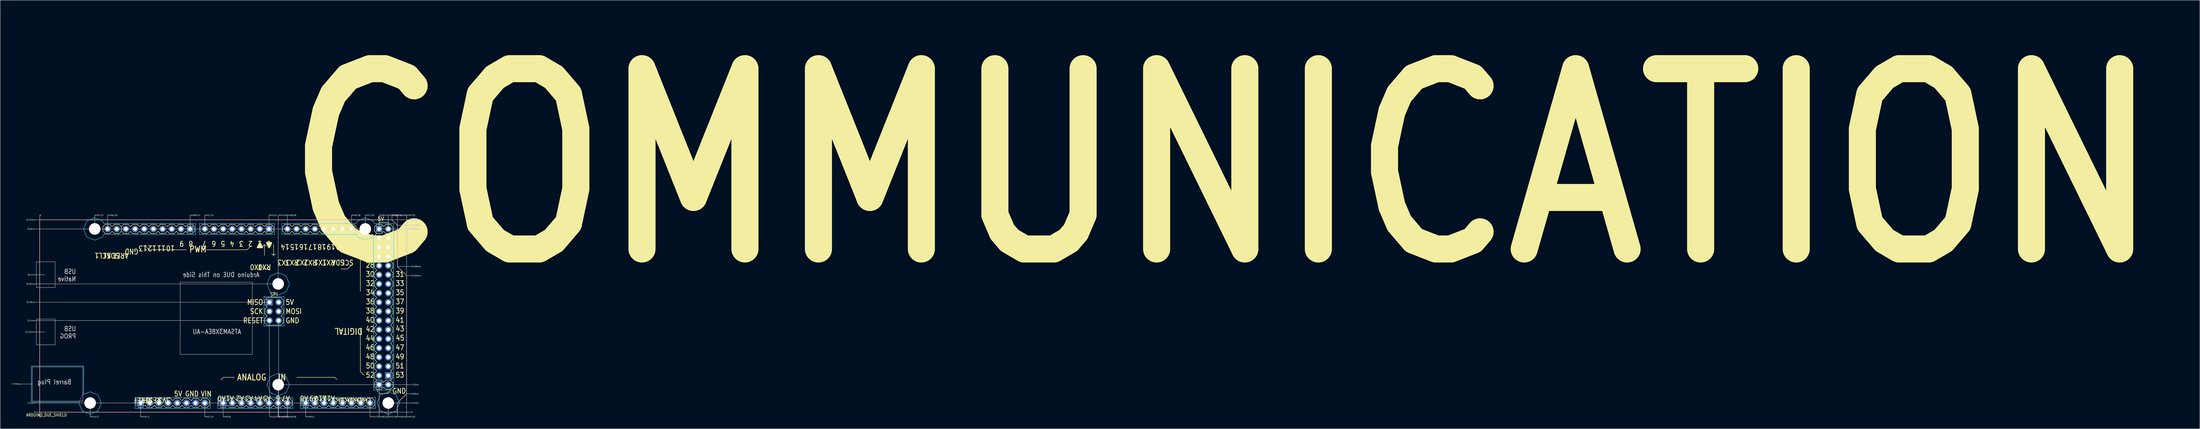
<source format=kicad_pcb>
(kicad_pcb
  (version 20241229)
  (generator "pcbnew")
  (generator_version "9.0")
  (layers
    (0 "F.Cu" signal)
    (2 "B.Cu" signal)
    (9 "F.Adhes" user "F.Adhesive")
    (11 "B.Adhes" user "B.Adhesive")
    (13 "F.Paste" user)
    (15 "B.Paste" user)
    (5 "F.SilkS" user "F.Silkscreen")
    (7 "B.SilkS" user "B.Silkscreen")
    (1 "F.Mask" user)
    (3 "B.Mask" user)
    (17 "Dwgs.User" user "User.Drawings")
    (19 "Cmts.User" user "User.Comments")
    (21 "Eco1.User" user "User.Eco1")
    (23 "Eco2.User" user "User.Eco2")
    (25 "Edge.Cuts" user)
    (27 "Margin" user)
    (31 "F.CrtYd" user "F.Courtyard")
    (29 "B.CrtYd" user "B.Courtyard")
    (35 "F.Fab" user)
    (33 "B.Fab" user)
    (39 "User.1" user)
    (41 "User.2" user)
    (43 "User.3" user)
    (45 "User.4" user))
  (footprint "ARDUINO_DUE_SHIELD"
    (layer "F.Cu")
    (at 7.94 111.235)
    (property "Reference" "ARDUINO_DUE_SHIELD" (at -3.81 1.27 0) (unlocked yes) (layer "F.SilkS") (effects (font (size 0.813 0.695) (thickness 0.122)) (justify left bottom)))
    (fp_circle (center 13.97 -2.54) (end 16.82 -2.54) (stroke (width 0) (type solid)) (fill yes) (layer "F.Mask"))
    (fp_circle (center 13.97 -2.54) (end 16.82 -2.54) (stroke (width 0) (type solid)) (fill yes) (layer "F.Mask"))
    (fp_circle (center 15.24 -50.8) (end 18.09 -50.8) (stroke (width 0) (type solid)) (fill yes) (layer "F.Mask"))
    (fp_circle (center 15.24 -50.8) (end 18.09 -50.8) (stroke (width 0) (type solid)) (fill yes) (layer "F.Mask"))
    (fp_circle (center 66.04 -35.56) (end 68.89 -35.56) (stroke (width 0) (type solid)) (fill yes) (layer "F.Mask"))
    (fp_circle (center 66.04 -35.56) (end 68.89 -35.56) (stroke (width 0) (type solid)) (fill yes) (layer "F.Mask"))
    (fp_circle (center 66.04 -7.62) (end 68.89 -7.62) (stroke (width 0) (type solid)) (fill yes) (layer "F.Mask"))
    (fp_circle (center 66.04 -7.62) (end 68.89 -7.62) (stroke (width 0) (type solid)) (fill yes) (layer "F.Mask"))
    (fp_circle (center 90.17 -50.8) (end 93.02 -50.8) (stroke (width 0) (type solid)) (fill yes) (layer "F.Mask"))
    (fp_circle (center 90.17 -50.8) (end 93.02 -50.8) (stroke (width 0) (type solid)) (fill yes) (layer "F.Mask"))
    (fp_circle (center 96.52 -2.54) (end 99.37 -2.54) (stroke (width 0) (type solid)) (fill yes) (layer "F.Mask"))
    (fp_circle (center 96.52 -2.54) (end 99.37 -2.54) (stroke (width 0) (type solid)) (fill yes) (layer "F.Mask"))
    (fp_circle (center 13.97 -2.54) (end 16.82 -2.54) (stroke (width 0) (type solid)) (fill yes) (layer "B.Mask"))
    (fp_circle (center 15.24 -50.8) (end 18.09 -50.8) (stroke (width 0) (type solid)) (fill yes) (layer "B.Mask"))
    (fp_circle (center 66.04 -35.56) (end 68.89 -35.56) (stroke (width 0) (type solid)) (fill yes) (layer "B.Mask"))
    (fp_circle (center 66.04 -7.62) (end 68.89 -7.62) (stroke (width 0) (type solid)) (fill yes) (layer "B.Mask"))
    (fp_circle (center 90.17 -50.8) (end 93.02 -50.8) (stroke (width 0) (type solid)) (fill yes) (layer "B.Mask"))
    (fp_circle (center 96.52 -2.54) (end 99.37 -2.54) (stroke (width 0) (type solid)) (fill yes) (layer "B.Mask"))
    (fp_line (start 0 -53.34) (end 97.536 -53.34) (stroke (width 0.127) (type solid)) (layer "F.SilkS"))
    (fp_line (start 0 0) (end 0 -53.34) (stroke (width 0.127) (type solid)) (layer "F.SilkS"))
    (fp_line (start 17.526 -51.435) (end 17.526 -50.165) (stroke (width 0.127) (type solid)) (layer "F.SilkS"))
    (fp_line (start 17.526 -50.165) (end 18.161 -49.53) (stroke (width 0.127) (type solid)) (layer "F.SilkS"))
    (fp_line (start 18.161 -52.07) (end 17.526 -51.435) (stroke (width 0.127) (type solid)) (layer "F.SilkS"))
    (fp_line (start 18.161 -49.53) (end 19.431 -49.53) (stroke (width 0.127) (type solid)) (layer "F.SilkS"))
    (fp_line (start 19.431 -52.07) (end 18.161 -52.07) (stroke (width 0.127) (type solid)) (layer "F.SilkS"))
    (fp_line (start 19.431 -49.53) (end 20.066 -50.165) (stroke (width 0.127) (type solid)) (layer "F.SilkS"))
    (fp_line (start 20.066 -51.435) (end 19.431 -52.07) (stroke (width 0.127) (type solid)) (layer "F.SilkS"))
    (fp_line (start 20.066 -50.165) (end 20.701 -49.53) (stroke (width 0.127) (type solid)) (layer "F.SilkS"))
    (fp_line (start 20.701 -52.07) (end 20.066 -51.435) (stroke (width 0.127) (type solid)) (layer "F.SilkS"))
    (fp_line (start 20.701 -49.53) (end 21.971 -49.53) (stroke (width 0.127) (type solid)) (layer "F.SilkS"))
    (fp_line (start 21.971 -52.07) (end 20.701 -52.07) (stroke (width 0.127) (type solid)) (layer "F.SilkS"))
    (fp_line (start 21.971 -49.53) (end 22.606 -50.165) (stroke (width 0.127) (type solid)) (layer "F.SilkS"))
    (fp_line (start 22.606 -51.435) (end 21.971 -52.07) (stroke (width 0.127) (type solid)) (layer "F.SilkS"))
    (fp_line (start 22.606 -51.435) (end 22.606 -50.165) (stroke (width 0.127) (type solid)) (layer "F.SilkS"))
    (fp_line (start 22.606 -50.165) (end 23.241 -49.53) (stroke (width 0.127) (type solid)) (layer "F.SilkS"))
    (fp_line (start 23.241 -52.07) (end 22.606 -51.435) (stroke (width 0.127) (type solid)) (layer "F.SilkS"))
    (fp_line (start 23.241 -49.53) (end 24.511 -49.53) (stroke (width 0.127) (type solid)) (layer "F.SilkS"))
    (fp_line (start 24.511 -52.07) (end 23.241 -52.07) (stroke (width 0.127) (type solid)) (layer "F.SilkS"))
    (fp_line (start 24.511 -49.53) (end 25.146 -50.165) (stroke (width 0.127) (type solid)) (layer "F.SilkS"))
    (fp_line (start 25.146 -51.435) (end 24.511 -52.07) (stroke (width 0.127) (type solid)) (layer "F.SilkS"))
    (fp_line (start 25.146 -50.165) (end 25.781 -49.53) (stroke (width 0.127) (type solid)) (layer "F.SilkS"))
    (fp_line (start 25.781 -52.07) (end 25.146 -51.435) (stroke (width 0.127) (type solid)) (layer "F.SilkS"))
    (fp_line (start 25.781 -49.53) (end 27.051 -49.53) (stroke (width 0.127) (type solid)) (layer "F.SilkS"))
    (fp_line (start 26.67 -3.175) (end 26.67 -1.905) (stroke (width 0.127) (type solid)) (layer "F.SilkS"))
    (fp_line (start 26.67 -1.905) (end 26.814 -1.761) (stroke (width 0.127) (type solid)) (layer "F.SilkS"))
    (fp_line (start 26.814 -3.319) (end 26.67 -3.175) (stroke (width 0.127) (type solid)) (layer "F.SilkS"))
    (fp_line (start 27.051 -52.07) (end 25.781 -52.07) (stroke (width 0.127) (type solid)) (layer "F.SilkS"))
    (fp_line (start 27.051 -49.53) (end 27.686 -50.165) (stroke (width 0.127) (type solid)) (layer "F.SilkS"))
    (fp_line (start 27.161 -1.414) (end 27.305 -1.27) (stroke (width 0.127) (type solid)) (layer "F.SilkS"))
    (fp_line (start 27.305 -3.81) (end 27.161 -3.666) (stroke (width 0.127) (type solid)) (layer "F.SilkS"))
    (fp_line (start 27.305 -3.81) (end 28.575 -3.81) (stroke (width 0.127) (type solid)) (layer "F.SilkS"))
    (fp_line (start 27.686 -51.435) (end 27.051 -52.07) (stroke (width 0.127) (type solid)) (layer "F.SilkS"))
    (fp_line (start 27.686 -50.165) (end 28.321 -49.53) (stroke (width 0.127) (type solid)) (layer "F.SilkS"))
    (fp_line (start 28.321 -52.07) (end 27.686 -51.435) (stroke (width 0.127) (type solid)) (layer "F.SilkS"))
    (fp_line (start 28.321 -49.53) (end 29.591 -49.53) (stroke (width 0.127) (type solid)) (layer "F.SilkS"))
    (fp_line (start 28.575 -3.81) (end 28.719 -3.666) (stroke (width 0.127) (type solid)) (layer "F.SilkS"))
    (fp_line (start 28.575 -1.27) (end 27.305 -1.27) (stroke (width 0.127) (type solid)) (layer "F.SilkS"))
    (fp_line (start 28.719 -1.414) (end 28.575 -1.27) (stroke (width 0.127) (type solid)) (layer "F.SilkS"))
    (fp_line (start 29.066 -3.319) (end 29.21 -3.175) (stroke (width 0.127) (type solid)) (layer "F.SilkS"))
    (fp_line (start 29.21 -3.175) (end 29.845 -3.81) (stroke (width 0.127) (type solid)) (layer "F.SilkS"))
    (fp_line (start 29.21 -1.905) (end 29.066 -1.761) (stroke (width 0.127) (type solid)) (layer "F.SilkS"))
    (fp_line (start 29.591 -52.07) (end 28.321 -52.07) (stroke (width 0.127) (type solid)) (layer "F.SilkS"))
    (fp_line (start 29.591 -49.53) (end 30.226 -50.165) (stroke (width 0.127) (type solid)) (layer "F.SilkS"))
    (fp_line (start 29.845 -3.81) (end 31.115 -3.81) (stroke (width 0.127) (type solid)) (layer "F.SilkS"))
    (fp_line (start 29.845 -1.27) (end 29.21 -1.905) (stroke (width 0.127) (type solid)) (layer "F.SilkS"))
    (fp_line (start 30.226 -51.435) (end 29.591 -52.07) (stroke (width 0.127) (type solid)) (layer "F.SilkS"))
    (fp_line (start 30.226 -50.165) (end 30.861 -49.53) (stroke (width 0.127) (type solid)) (layer "F.SilkS"))
    (fp_line (start 30.251 -45.034) (end 29.362 -45.923) (stroke (width 0.127) (type solid)) (layer "F.SilkS"))
    (fp_line (start 30.861 -52.07) (end 30.226 -51.435) (stroke (width 0.127) (type solid)) (layer "F.SilkS"))
    (fp_line (start 30.861 -49.53) (end 32.131 -49.53) (stroke (width 0.127) (type solid)) (layer "F.SilkS"))
    (fp_line (start 31.115 -3.81) (end 31.75 -3.175) (stroke (width 0.127) (type solid)) (layer "F.SilkS"))
    (fp_line (start 31.115 -1.27) (end 29.845 -1.27) (stroke (width 0.127) (type solid)) (layer "F.SilkS"))
    (fp_line (start 31.75 -3.175) (end 32.385 -3.81) (stroke (width 0.127) (type solid)) (layer "F.SilkS"))
    (fp_line (start 31.75 -1.905) (end 31.115 -1.27) (stroke (width 0.127) (type solid)) (layer "F.SilkS"))
    (fp_line (start 31.757 -1.918) (end 32.392 -1.283) (stroke (width 0.127) (type solid)) (layer "F.SilkS"))
    (fp_line (start 32.131 -52.07) (end 30.861 -52.07) (stroke (width 0.127) (type solid)) (layer "F.SilkS"))
    (fp_line (start 32.131 -49.53) (end 32.766 -50.165) (stroke (width 0.127) (type solid)) (layer "F.SilkS"))
    (fp_line (start 32.385 -1.27) (end 31.75 -1.905) (stroke (width 0.127) (type solid)) (layer "F.SilkS"))
    (fp_line (start 32.392 -3.823) (end 31.757 -3.188) (stroke (width 0.127) (type solid)) (layer "F.SilkS"))
    (fp_line (start 32.392 -3.823) (end 33.662 -3.823) (stroke (width 0.127) (type solid)) (layer "F.SilkS"))
    (fp_line (start 32.766 -51.435) (end 32.131 -52.07) (stroke (width 0.127) (type solid)) (layer "F.SilkS"))
    (fp_line (start 32.766 -50.165) (end 33.401 -49.53) (stroke (width 0.127) (type solid)) (layer "F.SilkS"))
    (fp_line (start 33.401 -52.07) (end 32.766 -51.435) (stroke (width 0.127) (type solid)) (layer "F.SilkS"))
    (fp_line (start 33.401 -49.53) (end 34.671 -49.53) (stroke (width 0.127) (type solid)) (layer "F.SilkS"))
    (fp_line (start 33.662 -3.823) (end 34.297 -3.188) (stroke (width 0.127) (type solid)) (layer "F.SilkS"))
    (fp_line (start 33.662 -1.283) (end 32.392 -1.283) (stroke (width 0.127) (type solid)) (layer "F.SilkS"))
    (fp_line (start 34.297 -3.188) (end 34.932 -3.823) (stroke (width 0.127) (type solid)) (layer "F.SilkS"))
    (fp_line (start 34.297 -1.918) (end 33.662 -1.283) (stroke (width 0.127) (type solid)) (layer "F.SilkS"))
    (fp_line (start 34.671 -52.07) (end 33.401 -52.07) (stroke (width 0.127) (type solid)) (layer "F.SilkS"))
    (fp_line (start 34.671 -49.53) (end 35.306 -50.165) (stroke (width 0.127) (type solid)) (layer "F.SilkS"))
    (fp_line (start 34.932 -3.823) (end 36.202 -3.823) (stroke (width 0.127) (type solid)) (layer "F.SilkS"))
    (fp_line (start 34.932 -1.283) (end 34.297 -1.918) (stroke (width 0.127) (type solid)) (layer "F.SilkS"))
    (fp_line (start 35.306 -51.435) (end 34.671 -52.07) (stroke (width 0.127) (type solid)) (layer "F.SilkS"))
    (fp_line (start 35.306 -50.165) (end 35.941 -49.53) (stroke (width 0.127) (type solid)) (layer "F.SilkS"))
    (fp_line (start 35.941 -52.07) (end 35.306 -51.435) (stroke (width 0.127) (type solid)) (layer "F.SilkS"))
    (fp_line (start 35.941 -49.53) (end 37.211 -49.53) (stroke (width 0.127) (type solid)) (layer "F.SilkS"))
    (fp_line (start 36.202 -3.823) (end 36.837 -3.188) (stroke (width 0.127) (type solid)) (layer "F.SilkS"))
    (fp_line (start 36.202 -1.283) (end 34.932 -1.283) (stroke (width 0.127) (type solid)) (layer "F.SilkS"))
    (fp_line (start 36.837 -3.188) (end 37.472 -3.823) (stroke (width 0.127) (type solid)) (layer "F.SilkS"))
    (fp_line (start 36.837 -1.918) (end 36.202 -1.283) (stroke (width 0.127) (type solid)) (layer "F.SilkS"))
    (fp_line (start 37.211 -52.07) (end 35.941 -52.07) (stroke (width 0.127) (type solid)) (layer "F.SilkS"))
    (fp_line (start 37.211 -49.53) (end 37.846 -50.165) (stroke (width 0.127) (type solid)) (layer "F.SilkS"))
    (fp_line (start 37.472 -3.823) (end 38.742 -3.823) (stroke (width 0.127) (type solid)) (layer "F.SilkS"))
    (fp_line (start 37.472 -1.283) (end 36.837 -1.918) (stroke (width 0.127) (type solid)) (layer "F.SilkS"))
    (fp_line (start 37.846 -51.435) (end 37.211 -52.07) (stroke (width 0.127) (type solid)) (layer "F.SilkS"))
    (fp_line (start 37.846 -50.165) (end 38.481 -49.53) (stroke (width 0.127) (type solid)) (layer "F.SilkS"))
    (fp_line (start 38.481 -52.07) (end 37.846 -51.435) (stroke (width 0.127) (type solid)) (layer "F.SilkS"))
    (fp_line (start 38.481 -49.53) (end 39.751 -49.53) (stroke (width 0.127) (type solid)) (layer "F.SilkS"))
    (fp_line (start 38.742 -3.823) (end 39.377 -3.188) (stroke (width 0.127) (type solid)) (layer "F.SilkS"))
    (fp_line (start 38.742 -1.283) (end 37.472 -1.283) (stroke (width 0.127) (type solid)) (layer "F.SilkS"))
    (fp_line (start 39.377 -1.918) (end 38.742 -1.283) (stroke (width 0.127) (type solid)) (layer "F.SilkS"))
    (fp_line (start 39.377 -1.918) (end 40.012 -1.283) (stroke (width 0.127) (type solid)) (layer "F.SilkS"))
    (fp_line (start 39.751 -52.07) (end 38.481 -52.07) (stroke (width 0.127) (type solid)) (layer "F.SilkS"))
    (fp_line (start 39.751 -49.53) (end 40.386 -50.165) (stroke (width 0.127) (type solid)) (layer "F.SilkS"))
    (fp_line (start 40.012 -3.823) (end 39.377 -3.188) (stroke (width 0.127) (type solid)) (layer "F.SilkS"))
    (fp_line (start 40.012 -3.823) (end 41.282 -3.823) (stroke (width 0.127) (type solid)) (layer "F.SilkS"))
    (fp_line (start 40.386 -51.435) (end 39.751 -52.07) (stroke (width 0.127) (type solid)) (layer "F.SilkS"))
    (fp_line (start 40.386 -50.165) (end 41.021 -49.53) (stroke (width 0.127) (type solid)) (layer "F.SilkS"))
    (fp_line (start 40.665 -45.034) (end 30.251 -45.034) (stroke (width 0.127) (type solid)) (layer "F.SilkS"))
    (fp_line (start 41.021 -52.07) (end 40.386 -51.435) (stroke (width 0.127) (type solid)) (layer "F.SilkS"))
    (fp_line (start 41.021 -49.53) (end 42.291 -49.53) (stroke (width 0.127) (type solid)) (layer "F.SilkS"))
    (fp_line (start 41.282 -3.823) (end 41.917 -3.188) (stroke (width 0.127) (type solid)) (layer "F.SilkS"))
    (fp_line (start 41.282 -1.283) (end 40.012 -1.283) (stroke (width 0.127) (type solid)) (layer "F.SilkS"))
    (fp_line (start 41.917 -3.188) (end 42.552 -3.823) (stroke (width 0.127) (type solid)) (layer "F.SilkS"))
    (fp_line (start 41.917 -1.918) (end 41.282 -1.283) (stroke (width 0.127) (type solid)) (layer "F.SilkS"))
    (fp_line (start 42.291 -52.07) (end 41.021 -52.07) (stroke (width 0.127) (type solid)) (layer "F.SilkS"))
    (fp_line (start 42.291 -49.53) (end 42.926 -50.165) (stroke (width 0.127) (type solid)) (layer "F.SilkS"))
    (fp_line (start 42.552 -3.823) (end 43.822 -3.823) (stroke (width 0.127) (type solid)) (layer "F.SilkS"))
    (fp_line (start 42.552 -1.283) (end 41.917 -1.918) (stroke (width 0.127) (type solid)) (layer "F.SilkS"))
    (fp_line (start 42.926 -51.435) (end 42.291 -52.07) (stroke (width 0.127) (type solid)) (layer "F.SilkS"))
    (fp_line (start 42.926 -50.165) (end 42.926 -51.435) (stroke (width 0.127) (type solid)) (layer "F.SilkS"))
    (fp_line (start 43.822 -3.823) (end 44.457 -3.188) (stroke (width 0.127) (type solid)) (layer "F.SilkS"))
    (fp_line (start 43.822 -1.283) (end 42.552 -1.283) (stroke (width 0.127) (type solid)) (layer "F.SilkS"))
    (fp_line (start 44.45 -51.435) (end 44.45 -50.165) (stroke (width 0.127) (type solid)) (layer "F.SilkS"))
    (fp_line (start 44.45 -50.165) (end 45.085 -49.53) (stroke (width 0.127) (type solid)) (layer "F.SilkS"))
    (fp_line (start 44.457 -3.188) (end 45.092 -3.823) (stroke (width 0.127) (type solid)) (layer "F.SilkS"))
    (fp_line (start 44.457 -1.918) (end 43.822 -1.283) (stroke (width 0.127) (type solid)) (layer "F.SilkS"))
    (fp_line (start 45.085 -52.07) (end 44.45 -51.435) (stroke (width 0.127) (type solid)) (layer "F.SilkS"))
    (fp_line (start 45.085 -49.53) (end 46.355 -49.53) (stroke (width 0.127) (type solid)) (layer "F.SilkS"))
    (fp_line (start 45.092 -3.823) (end 46.362 -3.823) (stroke (width 0.127) (type solid)) (layer "F.SilkS"))
    (fp_line (start 45.092 -1.283) (end 44.457 -1.918) (stroke (width 0.127) (type solid)) (layer "F.SilkS"))
    (fp_line (start 46.253 -45.034) (end 57.429 -45.034) (stroke (width 0.127) (type solid)) (layer "F.SilkS"))
    (fp_line (start 46.355 -52.07) (end 45.085 -52.07) (stroke (width 0.127) (type solid)) (layer "F.SilkS"))
    (fp_line (start 46.355 -49.53) (end 46.99 -50.165) (stroke (width 0.127) (type solid)) (layer "F.SilkS"))
    (fp_line (start 46.362 -3.823) (end 46.997 -3.188) (stroke (width 0.127) (type solid)) (layer "F.SilkS"))
    (fp_line (start 46.362 -1.283) (end 45.092 -1.283) (stroke (width 0.127) (type solid)) (layer "F.SilkS"))
    (fp_line (start 46.99 -51.435) (end 46.355 -52.07) (stroke (width 0.127) (type solid)) (layer "F.SilkS"))
    (fp_line (start 46.99 -50.165) (end 47.625 -49.53) (stroke (width 0.127) (type solid)) (layer "F.SilkS"))
    (fp_line (start 46.997 -3.188) (end 46.997 -1.918) (stroke (width 0.127) (type solid)) (layer "F.SilkS"))
    (fp_line (start 46.997 -1.918) (end 46.362 -1.283) (stroke (width 0.127) (type solid)) (layer "F.SilkS"))
    (fp_line (start 47.625 -52.07) (end 46.99 -51.435) (stroke (width 0.127) (type solid)) (layer "F.SilkS"))
    (fp_line (start 47.625 -49.53) (end 48.895 -49.53) (stroke (width 0.127) (type solid)) (layer "F.SilkS"))
    (fp_line (start 48.895 -52.07) (end 47.625 -52.07) (stroke (width 0.127) (type solid)) (layer "F.SilkS"))
    (fp_line (start 48.895 -49.53) (end 49.53 -50.165) (stroke (width 0.127) (type solid)) (layer "F.SilkS"))
    (fp_line (start 49.53 -51.435) (end 48.895 -52.07) (stroke (width 0.127) (type solid)) (layer "F.SilkS"))
    (fp_line (start 49.53 -50.165) (end 50.165 -49.53) (stroke (width 0.127) (type solid)) (layer "F.SilkS"))
    (fp_line (start 49.53 -3.188) (end 49.53 -1.918) (stroke (width 0.127) (type solid)) (layer "F.SilkS"))
    (fp_line (start 49.53 -1.918) (end 49.674 -1.774) (stroke (width 0.127) (type solid)) (layer "F.SilkS"))
    (fp_line (start 49.674 -3.332) (end 49.53 -3.188) (stroke (width 0.127) (type solid)) (layer "F.SilkS"))
    (fp_line (start 50.034 -1.414) (end 50.165 -1.283) (stroke (width 0.127) (type solid)) (layer "F.SilkS"))
    (fp_line (start 50.165 -52.07) (end 49.53 -51.435) (stroke (width 0.127) (type solid)) (layer "F.SilkS"))
    (fp_line (start 50.165 -49.53) (end 51.435 -49.53) (stroke (width 0.127) (type solid)) (layer "F.SilkS"))
    (fp_line (start 50.165 -3.823) (end 50.008 -3.666) (stroke (width 0.127) (type solid)) (layer "F.SilkS"))
    (fp_line (start 50.165 -3.823) (end 51.435 -3.823) (stroke (width 0.127) (type solid)) (layer "F.SilkS"))
    (fp_line (start 50.825 -9.652) (end 50.114 -8.941) (stroke (width 0.127) (type solid)) (layer "F.SilkS"))
    (fp_line (start 51.435 -52.07) (end 50.165 -52.07) (stroke (width 0.127) (type solid)) (layer "F.SilkS"))
    (fp_line (start 51.435 -49.53) (end 52.07 -50.165) (stroke (width 0.127) (type solid)) (layer "F.SilkS"))
    (fp_line (start 51.435 -3.823) (end 51.592 -3.666) (stroke (width 0.127) (type solid)) (layer "F.SilkS"))
    (fp_line (start 51.435 -1.283) (end 50.165 -1.283) (stroke (width 0.127) (type solid)) (layer "F.SilkS"))
    (fp_line (start 51.566 -1.414) (end 51.435 -1.283) (stroke (width 0.127) (type solid)) (layer "F.SilkS"))
    (fp_line (start 51.926 -3.332) (end 52.07 -3.188) (stroke (width 0.127) (type solid)) (layer "F.SilkS"))
    (fp_line (start 52.07 -51.435) (end 51.435 -52.07) (stroke (width 0.127) (type solid)) (layer "F.SilkS"))
    (fp_line (start 52.07 -50.165) (end 52.705 -49.53) (stroke (width 0.127) (type solid)) (layer "F.SilkS"))
    (fp_line (start 52.07 -3.188) (end 52.705 -3.823) (stroke (width 0.127) (type solid)) (layer "F.SilkS"))
    (fp_line (start 52.07 -1.918) (end 51.926 -1.774) (stroke (width 0.127) (type solid)) (layer "F.SilkS"))
    (fp_line (start 52.705 -52.07) (end 52.07 -51.435) (stroke (width 0.127) (type solid)) (layer "F.SilkS"))
    (fp_line (start 52.705 -49.53) (end 53.975 -49.53) (stroke (width 0.127) (type solid)) (layer "F.SilkS"))
    (fp_line (start 52.705 -3.823) (end 53.975 -3.823) (stroke (width 0.127) (type solid)) (layer "F.SilkS"))
    (fp_line (start 52.705 -1.283) (end 52.07 -1.918) (stroke (width 0.127) (type solid)) (layer "F.SilkS"))
    (fp_line (start 53.873 -9.652) (end 50.825 -9.652) (stroke (width 0.127) (type solid)) (layer "F.SilkS"))
    (fp_line (start 53.975 -52.07) (end 52.705 -52.07) (stroke (width 0.127) (type solid)) (layer "F.SilkS"))
    (fp_line (start 53.975 -49.53) (end 54.61 -50.165) (stroke (width 0.127) (type solid)) (layer "F.SilkS"))
    (fp_line (start 53.975 -3.823) (end 54.61 -3.188) (stroke (width 0.127) (type solid)) (layer "F.SilkS"))
    (fp_line (start 53.975 -1.283) (end 52.705 -1.283) (stroke (width 0.127) (type solid)) (layer "F.SilkS"))
    (fp_line (start 54.61 -51.435) (end 53.975 -52.07) (stroke (width 0.127) (type solid)) (layer "F.SilkS"))
    (fp_line (start 54.61 -50.165) (end 55.245 -49.53) (stroke (width 0.127) (type solid)) (layer "F.SilkS"))
    (fp_line (start 54.61 -3.188) (end 55.245 -3.823) (stroke (width 0.127) (type solid)) (layer "F.SilkS"))
    (fp_line (start 54.61 -1.918) (end 53.975 -1.283) (stroke (width 0.127) (type solid)) (layer "F.SilkS"))
    (fp_line (start 55.245 -52.07) (end 54.61 -51.435) (stroke (width 0.127) (type solid)) (layer "F.SilkS"))
    (fp_line (start 55.245 -49.53) (end 56.515 -49.53) (stroke (width 0.127) (type solid)) (layer "F.SilkS"))
    (fp_line (start 55.245 -3.823) (end 56.515 -3.823) (stroke (width 0.127) (type solid)) (layer "F.SilkS"))
    (fp_line (start 55.245 -1.283) (end 54.61 -1.918) (stroke (width 0.127) (type solid)) (layer "F.SilkS"))
    (fp_line (start 56.515 -52.07) (end 55.245 -52.07) (stroke (width 0.127) (type solid)) (layer "F.SilkS"))
    (fp_line (start 56.515 -49.53) (end 57.15 -50.165) (stroke (width 0.127) (type solid)) (layer "F.SilkS"))
    (fp_line (start 56.515 -3.823) (end 57.15 -3.188) (stroke (width 0.127) (type solid)) (layer "F.SilkS"))
    (fp_line (start 56.515 -1.283) (end 55.245 -1.283) (stroke (width 0.127) (type solid)) (layer "F.SilkS"))
    (fp_line (start 57.15 -51.435) (end 56.515 -52.07) (stroke (width 0.127) (type solid)) (layer "F.SilkS"))
    (fp_line (start 57.15 -50.165) (end 57.785 -49.53) (stroke (width 0.127) (type solid)) (layer "F.SilkS"))
    (fp_line (start 57.15 -1.918) (end 56.515 -1.283) (stroke (width 0.127) (type solid)) (layer "F.SilkS"))
    (fp_line (start 57.15 -1.918) (end 57.785 -1.283) (stroke (width 0.127) (type solid)) (layer "F.SilkS"))
    (fp_line (start 57.429 -45.034) (end 58.445 -46.05) (stroke (width 0.127) (type solid)) (layer "F.SilkS"))
    (fp_line (start 57.785 -52.07) (end 57.15 -51.435) (stroke (width 0.127) (type solid)) (layer "F.SilkS"))
    (fp_line (start 57.785 -49.53) (end 59.055 -49.53) (stroke (width 0.127) (type solid)) (layer "F.SilkS"))
    (fp_line (start 57.785 -3.823) (end 57.15 -3.188) (stroke (width 0.127) (type solid)) (layer "F.SilkS"))
    (fp_line (start 57.785 -3.823) (end 59.055 -3.823) (stroke (width 0.127) (type solid)) (layer "F.SilkS"))
    (fp_line (start 59.055 -52.07) (end 57.785 -52.07) (stroke (width 0.127) (type solid)) (layer "F.SilkS"))
    (fp_line (start 59.055 -49.53) (end 59.69 -50.165) (stroke (width 0.127) (type solid)) (layer "F.SilkS"))
    (fp_line (start 59.055 -3.823) (end 59.69 -3.188) (stroke (width 0.127) (type solid)) (layer "F.SilkS"))
    (fp_line (start 59.055 -1.283) (end 57.785 -1.283) (stroke (width 0.127) (type solid)) (layer "F.SilkS"))
    (fp_line (start 59.69 -51.435) (end 59.055 -52.07) (stroke (width 0.127) (type solid)) (layer "F.SilkS"))
    (fp_line (start 59.69 -50.165) (end 60.325 -49.53) (stroke (width 0.127) (type solid)) (layer "F.SilkS"))
    (fp_line (start 59.69 -3.188) (end 60.325 -3.823) (stroke (width 0.127) (type solid)) (layer "F.SilkS"))
    (fp_line (start 59.69 -1.918) (end 59.055 -1.283) (stroke (width 0.127) (type solid)) (layer "F.SilkS"))
    (fp_line (start 60.325 -52.07) (end 59.69 -51.435) (stroke (width 0.127) (type solid)) (layer "F.SilkS"))
    (fp_line (start 60.325 -49.53) (end 61.595 -49.53) (stroke (width 0.127) (type solid)) (layer "F.SilkS"))
    (fp_line (start 60.325 -3.823) (end 61.595 -3.823) (stroke (width 0.127) (type solid)) (layer "F.SilkS"))
    (fp_line (start 60.325 -1.283) (end 59.69 -1.918) (stroke (width 0.127) (type solid)) (layer "F.SilkS"))
    (fp_line (start 60.35 -45.669) (end 60.985 -46.939) (stroke (width 0.406) (type solid)) (layer "F.SilkS"))
    (fp_line (start 60.35 -45.669) (end 60.985 -46.304) (stroke (width 0.406) (type solid)) (layer "F.SilkS"))
    (fp_line (start 60.985 -46.939) (end 61.62 -45.669) (stroke (width 0.406) (type solid)) (layer "F.SilkS"))
    (fp_line (start 60.985 -46.304) (end 60.985 -45.669) (stroke (width 0.406) (type solid)) (layer "F.SilkS"))
    (fp_line (start 60.985 -45.669) (end 60.35 -45.669) (stroke (width 0.406) (type solid)) (layer "F.SilkS"))
    (fp_line (start 60.985 -45.669) (end 61.62 -45.669) (stroke (width 0.406) (type solid)) (layer "F.SilkS"))
    (fp_line (start 61.112 -40.843) (end 62.255 -39.7) (stroke (width 0.127) (type solid)) (layer "F.SilkS"))
    (fp_line (start 61.595 -52.07) (end 60.325 -52.07) (stroke (width 0.127) (type solid)) (layer "F.SilkS"))
    (fp_line (start 61.595 -49.53) (end 62.23 -50.165) (stroke (width 0.127) (type solid)) (layer "F.SilkS"))
    (fp_line (start 61.595 -3.823) (end 62.23 -3.188) (stroke (width 0.127) (type solid)) (layer "F.SilkS"))
    (fp_line (start 61.595 -1.283) (end 60.325 -1.283) (stroke (width 0.127) (type solid)) (layer "F.SilkS"))
    (fp_line (start 61.62 -45.669) (end 60.985 -46.304) (stroke (width 0.406) (type solid)) (layer "F.SilkS"))
    (fp_line (start 62.23 -51.435) (end 61.595 -52.07) (stroke (width 0.127) (type solid)) (layer "F.SilkS"))
    (fp_line (start 62.23 -50.165) (end 62.865 -49.53) (stroke (width 0.127) (type solid)) (layer "F.SilkS"))
    (fp_line (start 62.23 -46.482) (end 61.722 -45.974) (stroke (width 0.127) (type solid)) (layer "F.SilkS"))
    (fp_line (start 62.23 -46.482) (end 62.738 -45.974) (stroke (width 0.127) (type solid)) (layer "F.SilkS"))
    (fp_line (start 62.23 -43.434) (end 62.23 -46.482) (stroke (width 0.127) (type solid)) (layer "F.SilkS"))
    (fp_line (start 62.23 -3.188) (end 62.865 -3.823) (stroke (width 0.127) (type solid)) (layer "F.SilkS"))
    (fp_line (start 62.23 -1.918) (end 61.595 -1.283) (stroke (width 0.127) (type solid)) (layer "F.SilkS"))
    (fp_line (start 62.255 -39.7) (end 63.525 -39.7) (stroke (width 0.127) (type solid)) (layer "F.SilkS"))
    (fp_line (start 62.357 -31.115) (end 62.357 -29.845) (stroke (width 0.127) (type solid)) (layer "F.SilkS"))
    (fp_line (start 62.357 -29.845) (end 62.992 -29.21) (stroke (width 0.127) (type solid)) (layer "F.SilkS"))
    (fp_line (start 62.357 -28.575) (end 62.357 -27.305) (stroke (width 0.127) (type solid)) (layer "F.SilkS"))
    (fp_line (start 62.357 -27.305) (end 62.992 -26.67) (stroke (width 0.127) (type solid)) (layer "F.SilkS"))
    (fp_line (start 62.357 -26.035) (end 62.357 -24.765) (stroke (width 0.127) (type solid)) (layer "F.SilkS"))
    (fp_line (start 62.357 -24.765) (end 62.992 -24.13) (stroke (width 0.127) (type solid)) (layer "F.SilkS"))
    (fp_line (start 62.865 -52.07) (end 62.23 -51.435) (stroke (width 0.127) (type solid)) (layer "F.SilkS"))
    (fp_line (start 62.865 -49.53) (end 64.135 -49.53) (stroke (width 0.127) (type solid)) (layer "F.SilkS"))
    (fp_line (start 62.865 -3.823) (end 64.135 -3.823) (stroke (width 0.127) (type solid)) (layer "F.SilkS"))
    (fp_line (start 62.865 -1.283) (end 62.23 -1.918) (stroke (width 0.127) (type solid)) (layer "F.SilkS"))
    (fp_line (start 62.89 -46.939) (end 63.525 -46.939) (stroke (width 0.406) (type solid)) (layer "F.SilkS"))
    (fp_line (start 62.89 -46.939) (end 63.525 -46.304) (stroke (width 0.406) (type solid)) (layer "F.SilkS"))
    (fp_line (start 62.992 -31.75) (end 62.357 -31.115) (stroke (width 0.127) (type solid)) (layer "F.SilkS"))
    (fp_line (start 62.992 -29.21) (end 62.357 -28.575) (stroke (width 0.127) (type solid)) (layer "F.SilkS"))
    (fp_line (start 62.992 -26.67) (end 62.357 -26.035) (stroke (width 0.127) (type solid)) (layer "F.SilkS"))
    (fp_line (start 62.992 -24.13) (end 66.802 -24.13) (stroke (width 0.127) (type solid)) (layer "F.SilkS"))
    (fp_line (start 63.525 -46.939) (end 63.525 -46.304) (stroke (width 0.406) (type solid)) (layer "F.SilkS"))
    (fp_line (start 63.525 -46.304) (end 64.16 -46.939) (stroke (width 0.406) (type solid)) (layer "F.SilkS"))
    (fp_line (start 63.525 -45.669) (end 62.89 -46.939) (stroke (width 0.406) (type solid)) (layer "F.SilkS"))
    (fp_line (start 64.135 -52.07) (end 62.865 -52.07) (stroke (width 0.127) (type solid)) (layer "F.SilkS"))
    (fp_line (start 64.135 -49.53) (end 64.77 -50.165) (stroke (width 0.127) (type solid)) (layer "F.SilkS"))
    (fp_line (start 64.135 -3.823) (end 64.77 -3.188) (stroke (width 0.127) (type solid)) (layer "F.SilkS"))
    (fp_line (start 64.135 -1.283) (end 62.865 -1.283) (stroke (width 0.127) (type solid)) (layer "F.SilkS"))
    (fp_line (start 64.16 -46.939) (end 63.525 -46.939) (stroke (width 0.406) (type solid)) (layer "F.SilkS"))
    (fp_line (start 64.16 -46.939) (end 63.525 -45.669) (stroke (width 0.406) (type solid)) (layer "F.SilkS"))
    (fp_line (start 64.77 -51.435) (end 64.135 -52.07) (stroke (width 0.127) (type solid)) (layer "F.SilkS"))
    (fp_line (start 64.77 -50.165) (end 64.77 -51.435) (stroke (width 0.127) (type solid)) (layer "F.SilkS"))
    (fp_line (start 64.77 -46.482) (end 64.77 -43.434) (stroke (width 0.127) (type solid)) (layer "F.SilkS"))
    (fp_line (start 64.77 -43.434) (end 64.262 -43.942) (stroke (width 0.127) (type solid)) (layer "F.SilkS"))
    (fp_line (start 64.77 -43.434) (end 65.278 -43.942) (stroke (width 0.127) (type solid)) (layer "F.SilkS"))
    (fp_line (start 64.77 -1.918) (end 64.135 -1.283) (stroke (width 0.127) (type solid)) (layer "F.SilkS"))
    (fp_line (start 64.77 -1.918) (end 65.405 -1.283) (stroke (width 0.127) (type solid)) (layer "F.SilkS"))
    (fp_line (start 65.405 -3.823) (end 64.77 -3.188) (stroke (width 0.127) (type solid)) (layer "F.SilkS"))
    (fp_line (start 65.405 -3.823) (end 66.675 -3.823) (stroke (width 0.127) (type solid)) (layer "F.SilkS"))
    (fp_line (start 66.675 -3.823) (end 67.31 -3.188) (stroke (width 0.127) (type solid)) (layer "F.SilkS"))
    (fp_line (start 66.675 -1.283) (end 65.405 -1.283) (stroke (width 0.127) (type solid)) (layer "F.SilkS"))
    (fp_line (start 66.802 -31.75) (end 62.992 -31.75) (stroke (width 0.127) (type solid)) (layer "F.SilkS"))
    (fp_line (start 66.802 -29.21) (end 67.437 -29.845) (stroke (width 0.127) (type solid)) (layer "F.SilkS"))
    (fp_line (start 66.802 -26.67) (end 67.437 -27.305) (stroke (width 0.127) (type solid)) (layer "F.SilkS"))
    (fp_line (start 66.802 -24.13) (end 67.437 -24.765) (stroke (width 0.127) (type solid)) (layer "F.SilkS"))
    (fp_line (start 67.31 -51.435) (end 67.31 -50.165) (stroke (width 0.127) (type solid)) (layer "F.SilkS"))
    (fp_line (start 67.31 -50.165) (end 67.945 -49.53) (stroke (width 0.127) (type solid)) (layer "F.SilkS"))
    (fp_line (start 67.31 -1.918) (end 66.675 -1.283) (stroke (width 0.127) (type solid)) (layer "F.SilkS"))
    (fp_line (start 67.31 -1.918) (end 67.945 -1.283) (stroke (width 0.127) (type solid)) (layer "F.SilkS"))
    (fp_line (start 67.437 -31.115) (end 66.802 -31.75) (stroke (width 0.127) (type solid)) (layer "F.SilkS"))
    (fp_line (start 67.437 -29.845) (end 67.437 -31.115) (stroke (width 0.127) (type solid)) (layer "F.SilkS"))
    (fp_line (start 67.437 -28.575) (end 66.802 -29.21) (stroke (width 0.127) (type solid)) (layer "F.SilkS"))
    (fp_line (start 67.437 -27.305) (end 67.437 -28.575) (stroke (width 0.127) (type solid)) (layer "F.SilkS"))
    (fp_line (start 67.437 -26.035) (end 66.802 -26.67) (stroke (width 0.127) (type solid)) (layer "F.SilkS"))
    (fp_line (start 67.437 -24.765) (end 67.437 -26.035) (stroke (width 0.127) (type solid)) (layer "F.SilkS"))
    (fp_line (start 67.945 -52.07) (end 67.31 -51.435) (stroke (width 0.127) (type solid)) (layer "F.SilkS"))
    (fp_line (start 67.945 -49.53) (end 69.215 -49.53) (stroke (width 0.127) (type solid)) (layer "F.SilkS"))
    (fp_line (start 67.945 -3.823) (end 67.31 -3.188) (stroke (width 0.127) (type solid)) (layer "F.SilkS"))
    (fp_line (start 67.945 -3.823) (end 69.215 -3.823) (stroke (width 0.127) (type solid)) (layer "F.SilkS"))
    (fp_line (start 69.215 -52.07) (end 67.945 -52.07) (stroke (width 0.127) (type solid)) (layer "F.SilkS"))
    (fp_line (start 69.215 -49.53) (end 69.85 -50.165) (stroke (width 0.127) (type solid)) (layer "F.SilkS"))
    (fp_line (start 69.215 -3.823) (end 69.85 -3.188) (stroke (width 0.127) (type solid)) (layer "F.SilkS"))
    (fp_line (start 69.215 -1.283) (end 67.945 -1.283) (stroke (width 0.127) (type solid)) (layer "F.SilkS"))
    (fp_line (start 69.85 -51.435) (end 69.215 -52.07) (stroke (width 0.127) (type solid)) (layer "F.SilkS"))
    (fp_line (start 69.85 -50.165) (end 70.485 -49.53) (stroke (width 0.127) (type solid)) (layer "F.SilkS"))
    (fp_line (start 69.85 -3.188) (end 69.85 -1.918) (stroke (width 0.127) (type solid)) (layer "F.SilkS"))
    (fp_line (start 69.85 -1.918) (end 69.215 -1.283) (stroke (width 0.127) (type solid)) (layer "F.SilkS"))
    (fp_line (start 70.485 -52.07) (end 69.85 -51.435) (stroke (width 0.127) (type solid)) (layer "F.SilkS"))
    (fp_line (start 70.485 -49.53) (end 71.755 -49.53) (stroke (width 0.127) (type solid)) (layer "F.SilkS"))
    (fp_line (start 71.222 -9.652) (end 81.712 -9.652) (stroke (width 0.127) (type solid)) (layer "F.SilkS"))
    (fp_line (start 71.755 -52.07) (end 70.485 -52.07) (stroke (width 0.127) (type solid)) (layer "F.SilkS"))
    (fp_line (start 71.755 -49.53) (end 72.39 -50.165) (stroke (width 0.127) (type solid)) (layer "F.SilkS"))
    (fp_line (start 72.39 -51.435) (end 71.755 -52.07) (stroke (width 0.127) (type solid)) (layer "F.SilkS"))
    (fp_line (start 72.39 -50.165) (end 73.025 -49.53) (stroke (width 0.127) (type solid)) (layer "F.SilkS"))
    (fp_line (start 72.39 -3.188) (end 72.39 -1.918) (stroke (width 0.127) (type solid)) (layer "F.SilkS"))
    (fp_line (start 72.39 -1.918) (end 72.534 -1.774) (stroke (width 0.127) (type solid)) (layer "F.SilkS"))
    (fp_line (start 72.534 -3.332) (end 72.39 -3.188) (stroke (width 0.127) (type solid)) (layer "F.SilkS"))
    (fp_line (start 72.894 -1.414) (end 73.025 -1.283) (stroke (width 0.127) (type solid)) (layer "F.SilkS"))
    (fp_line (start 73.025 -52.07) (end 72.39 -51.435) (stroke (width 0.127) (type solid)) (layer "F.SilkS"))
    (fp_line (start 73.025 -49.53) (end 74.295 -49.53) (stroke (width 0.127) (type solid)) (layer "F.SilkS"))
    (fp_line (start 73.025 -3.823) (end 72.868 -3.666) (stroke (width 0.127) (type solid)) (layer "F.SilkS"))
    (fp_line (start 73.025 -3.823) (end 74.295 -3.823) (stroke (width 0.127) (type solid)) (layer "F.SilkS"))
    (fp_line (start 74.295 -52.07) (end 73.025 -52.07) (stroke (width 0.127) (type solid)) (layer "F.SilkS"))
    (fp_line (start 74.295 -49.53) (end 74.93 -50.165) (stroke (width 0.127) (type solid)) (layer "F.SilkS"))
    (fp_line (start 74.295 -3.823) (end 74.452 -3.666) (stroke (width 0.127) (type solid)) (layer "F.SilkS"))
    (fp_line (start 74.295 -1.283) (end 73.025 -1.283) (stroke (width 0.127) (type solid)) (layer "F.SilkS"))
    (fp_line (start 74.426 -1.414) (end 74.295 -1.283) (stroke (width 0.127) (type solid)) (layer "F.SilkS"))
    (fp_line (start 74.786 -3.332) (end 74.93 -3.188) (stroke (width 0.127) (type solid)) (layer "F.SilkS"))
    (fp_line (start 74.93 -51.435) (end 74.295 -52.07) (stroke (width 0.127) (type solid)) (layer "F.SilkS"))
    (fp_line (start 74.93 -50.165) (end 75.565 -49.53) (stroke (width 0.127) (type solid)) (layer "F.SilkS"))
    (fp_line (start 74.93 -3.188) (end 75.565 -3.823) (stroke (width 0.127) (type solid)) (layer "F.SilkS"))
    (fp_line (start 74.93 -1.918) (end 74.786 -1.774) (stroke (width 0.127) (type solid)) (layer "F.SilkS"))
    (fp_line (start 75.565 -52.07) (end 74.93 -51.435) (stroke (width 0.127) (type solid)) (layer "F.SilkS"))
    (fp_line (start 75.565 -49.53) (end 76.835 -49.53) (stroke (width 0.127) (type solid)) (layer "F.SilkS"))
    (fp_line (start 75.565 -3.823) (end 76.835 -3.823) (stroke (width 0.127) (type solid)) (layer "F.SilkS"))
    (fp_line (start 75.565 -1.283) (end 74.93 -1.918) (stroke (width 0.127) (type solid)) (layer "F.SilkS"))
    (fp_line (start 76.835 -52.07) (end 75.565 -52.07) (stroke (width 0.127) (type solid)) (layer "F.SilkS"))
    (fp_line (start 76.835 -49.53) (end 77.47 -50.165) (stroke (width 0.127) (type solid)) (layer "F.SilkS"))
    (fp_line (start 76.835 -3.823) (end 77.47 -3.188) (stroke (width 0.127) (type solid)) (layer "F.SilkS"))
    (fp_line (start 76.835 -1.283) (end 75.565 -1.283) (stroke (width 0.127) (type solid)) (layer "F.SilkS"))
    (fp_line (start 77.47 -51.435) (end 76.835 -52.07) (stroke (width 0.127) (type solid)) (layer "F.SilkS"))
    (fp_line (start 77.47 -50.165) (end 78.105 -49.53) (stroke (width 0.127) (type solid)) (layer "F.SilkS"))
    (fp_line (start 77.47 -3.188) (end 78.105 -3.823) (stroke (width 0.127) (type solid)) (layer "F.SilkS"))
    (fp_line (start 77.47 -1.918) (end 76.835 -1.283) (stroke (width 0.127) (type solid)) (layer "F.SilkS"))
    (fp_line (start 78.105 -52.07) (end 77.47 -51.435) (stroke (width 0.127) (type solid)) (layer "F.SilkS"))
    (fp_line (start 78.105 -49.53) (end 79.375 -49.53) (stroke (width 0.127) (type solid)) (layer "F.SilkS"))
    (fp_line (start 78.105 -3.823) (end 79.375 -3.823) (stroke (width 0.127) (type solid)) (layer "F.SilkS"))
    (fp_line (start 78.105 -1.283) (end 77.47 -1.918) (stroke (width 0.127) (type solid)) (layer "F.SilkS"))
    (fp_line (start 79.375 -52.07) (end 78.105 -52.07) (stroke (width 0.127) (type solid)) (layer "F.SilkS"))
    (fp_line (start 79.375 -49.53) (end 80.01 -50.165) (stroke (width 0.127) (type solid)) (layer "F.SilkS"))
    (fp_line (start 79.375 -3.823) (end 80.01 -3.188) (stroke (width 0.127) (type solid)) (layer "F.SilkS"))
    (fp_line (start 79.375 -1.283) (end 78.105 -1.283) (stroke (width 0.127) (type solid)) (layer "F.SilkS"))
    (fp_line (start 80.01 -51.435) (end 79.375 -52.07) (stroke (width 0.127) (type solid)) (layer "F.SilkS"))
    (fp_line (start 80.01 -50.165) (end 80.645 -49.53) (stroke (width 0.127) (type solid)) (layer "F.SilkS"))
    (fp_line (start 80.01 -1.918) (end 79.375 -1.283) (stroke (width 0.127) (type solid)) (layer "F.SilkS"))
    (fp_line (start 80.01 -1.918) (end 80.645 -1.283) (stroke (width 0.127) (type solid)) (layer "F.SilkS"))
    (fp_line (start 80.645 -52.07) (end 80.01 -51.435) (stroke (width 0.127) (type solid)) (layer "F.SilkS"))
    (fp_line (start 80.645 -49.53) (end 81.915 -49.53) (stroke (width 0.127) (type solid)) (layer "F.SilkS"))
    (fp_line (start 80.645 -3.823) (end 80.01 -3.188) (stroke (width 0.127) (type solid)) (layer "F.SilkS"))
    (fp_line (start 80.645 -3.823) (end 81.915 -3.823) (stroke (width 0.127) (type solid)) (layer "F.SilkS"))
    (fp_line (start 81.712 -9.652) (end 82.296 -9.068) (stroke (width 0.127) (type solid)) (layer "F.SilkS"))
    (fp_line (start 81.915 -52.07) (end 80.645 -52.07) (stroke (width 0.127) (type solid)) (layer "F.SilkS"))
    (fp_line (start 81.915 -49.53) (end 82.55 -50.165) (stroke (width 0.127) (type solid)) (layer "F.SilkS"))
    (fp_line (start 81.915 -3.823) (end 82.55 -3.188) (stroke (width 0.127) (type solid)) (layer "F.SilkS"))
    (fp_line (start 81.915 -1.283) (end 80.645 -1.283) (stroke (width 0.127) (type solid)) (layer "F.SilkS"))
    (fp_line (start 82.55 -51.435) (end 81.915 -52.07) (stroke (width 0.127) (type solid)) (layer "F.SilkS"))
    (fp_line (start 82.55 -50.165) (end 83.185 -49.53) (stroke (width 0.127) (type solid)) (layer "F.SilkS"))
    (fp_line (start 82.55 -3.188) (end 83.185 -3.823) (stroke (width 0.127) (type solid)) (layer "F.SilkS"))
    (fp_line (start 82.55 -1.918) (end 81.915 -1.283) (stroke (width 0.127) (type solid)) (layer "F.SilkS"))
    (fp_line (start 83.185 -52.07) (end 82.55 -51.435) (stroke (width 0.127) (type solid)) (layer "F.SilkS"))
    (fp_line (start 83.185 -49.53) (end 84.455 -49.53) (stroke (width 0.127) (type solid)) (layer "F.SilkS"))
    (fp_line (start 83.185 -3.823) (end 84.455 -3.823) (stroke (width 0.127) (type solid)) (layer "F.SilkS"))
    (fp_line (start 83.185 -1.283) (end 82.55 -1.918) (stroke (width 0.127) (type solid)) (layer "F.SilkS"))
    (fp_line (start 83.464 -39.7) (end 85.242 -39.7) (stroke (width 0.127) (type solid)) (layer "F.SilkS"))
    (fp_line (start 84.455 -52.07) (end 83.185 -52.07) (stroke (width 0.127) (type solid)) (layer "F.SilkS"))
    (fp_line (start 84.455 -49.53) (end 85.09 -50.165) (stroke (width 0.127) (type solid)) (layer "F.SilkS"))
    (fp_line (start 84.455 -3.823) (end 85.09 -3.188) (stroke (width 0.127) (type solid)) (layer "F.SilkS"))
    (fp_line (start 84.455 -1.283) (end 83.185 -1.283) (stroke (width 0.127) (type solid)) (layer "F.SilkS"))
    (fp_line (start 85.09 -51.435) (end 84.455 -52.07) (stroke (width 0.127) (type solid)) (layer "F.SilkS"))
    (fp_line (start 85.09 -50.165) (end 85.725 -49.53) (stroke (width 0.127) (type solid)) (layer "F.SilkS"))
    (fp_line (start 85.09 -3.188) (end 85.725 -3.823) (stroke (width 0.127) (type solid)) (layer "F.SilkS"))
    (fp_line (start 85.09 -1.918) (end 84.455 -1.283) (stroke (width 0.127) (type solid)) (layer "F.SilkS"))
    (fp_line (start 85.242 -39.7) (end 86.385 -40.843) (stroke (width 0.127) (type solid)) (layer "F.SilkS"))
    (fp_line (start 85.725 -52.07) (end 85.09 -51.435) (stroke (width 0.127) (type solid)) (layer "F.SilkS"))
    (fp_line (start 85.725 -49.53) (end 86.995 -49.53) (stroke (width 0.127) (type solid)) (layer "F.SilkS"))
    (fp_line (start 85.725 -3.823) (end 86.995 -3.823) (stroke (width 0.127) (type solid)) (layer "F.SilkS"))
    (fp_line (start 85.725 -1.283) (end 85.09 -1.918) (stroke (width 0.127) (type solid)) (layer "F.SilkS"))
    (fp_line (start 86.995 -52.07) (end 85.725 -52.07) (stroke (width 0.127) (type solid)) (layer "F.SilkS"))
    (fp_line (start 86.995 -49.53) (end 87.63 -50.165) (stroke (width 0.127) (type solid)) (layer "F.SilkS"))
    (fp_line (start 86.995 -3.823) (end 87.63 -3.188) (stroke (width 0.127) (type solid)) (layer "F.SilkS"))
    (fp_line (start 86.995 -1.283) (end 85.725 -1.283) (stroke (width 0.127) (type solid)) (layer "F.SilkS"))
    (fp_line (start 87.63 -51.435) (end 86.995 -52.07) (stroke (width 0.127) (type solid)) (layer "F.SilkS"))
    (fp_line (start 87.63 -50.165) (end 87.63 -51.435) (stroke (width 0.127) (type solid)) (layer "F.SilkS"))
    (fp_line (start 87.63 -1.918) (end 86.995 -1.283) (stroke (width 0.127) (type solid)) (layer "F.SilkS"))
    (fp_line (start 87.63 -1.918) (end 88.265 -1.283) (stroke (width 0.127) (type solid)) (layer "F.SilkS"))
    (fp_line (start 88.265 -3.823) (end 87.63 -3.188) (stroke (width 0.127) (type solid)) (layer "F.SilkS"))
    (fp_line (start 88.265 -3.823) (end 89.535 -3.823) (stroke (width 0.127) (type solid)) (layer "F.SilkS"))
    (fp_line (start 88.798 -47.193) (end 89.814 -48.209) (stroke (width 0.127) (type solid)) (layer "F.SilkS"))
    (fp_line (start 88.798 -33.477) (end 88.798 -47.193) (stroke (width 0.127) (type solid)) (layer "F.SilkS"))
    (fp_line (start 88.798 -22.936) (end 88.798 -11.252) (stroke (width 0.127) (type solid)) (layer "F.SilkS"))
    (fp_line (start 88.798 -11.252) (end 89.814 -10.236) (stroke (width 0.127) (type solid)) (layer "F.SilkS"))
    (fp_line (start 89.535 -3.823) (end 90.17 -3.188) (stroke (width 0.127) (type solid)) (layer "F.SilkS"))
    (fp_line (start 89.535 -1.283) (end 88.265 -1.283) (stroke (width 0.127) (type solid)) (layer "F.SilkS"))
    (fp_line (start 90.17 -1.918) (end 89.535 -1.283) (stroke (width 0.127) (type solid)) (layer "F.SilkS"))
    (fp_line (start 90.17 -1.918) (end 90.805 -1.283) (stroke (width 0.127) (type solid)) (layer "F.SilkS"))
    (fp_line (start 90.805 -3.823) (end 90.17 -3.188) (stroke (width 0.127) (type solid)) (layer "F.SilkS"))
    (fp_line (start 90.805 -3.823) (end 92.075 -3.823) (stroke (width 0.127) (type solid)) (layer "F.SilkS"))
    (fp_line (start 92.075 -3.823) (end 92.71 -3.188) (stroke (width 0.127) (type solid)) (layer "F.SilkS"))
    (fp_line (start 92.075 -1.283) (end 90.805 -1.283) (stroke (width 0.127) (type solid)) (layer "F.SilkS"))
    (fp_line (start 92.71 -51.435) (end 92.71 -50.165) (stroke (width 0.127) (type solid)) (layer "F.SilkS"))
    (fp_line (start 92.71 -50.165) (end 93.345 -49.53) (stroke (width 0.127) (type solid)) (layer "F.SilkS"))
    (fp_line (start 92.71 -48.895) (end 92.71 -47.625) (stroke (width 0.127) (type solid)) (layer "F.SilkS"))
    (fp_line (start 92.71 -47.625) (end 93.345 -46.99) (stroke (width 0.127) (type solid)) (layer "F.SilkS"))
    (fp_line (start 92.71 -46.355) (end 92.71 -45.085) (stroke (width 0.127) (type solid)) (layer "F.SilkS"))
    (fp_line (start 92.71 -45.085) (end 93.345 -44.45) (stroke (width 0.127) (type solid)) (layer "F.SilkS"))
    (fp_line (start 92.71 -43.815) (end 92.71 -42.545) (stroke (width 0.127) (type solid)) (layer "F.SilkS"))
    (fp_line (start 92.71 -42.545) (end 93.345 -41.91) (stroke (width 0.127) (type solid)) (layer "F.SilkS"))
    (fp_line (start 92.71 -41.275) (end 92.71 -40.005) (stroke (width 0.127) (type solid)) (layer "F.SilkS"))
    (fp_line (start 92.71 -40.005) (end 93.345 -39.37) (stroke (width 0.127) (type solid)) (layer "F.SilkS"))
    (fp_line (start 92.71 -38.735) (end 92.71 -37.465) (stroke (width 0.127) (type solid)) (layer "F.SilkS"))
    (fp_line (start 92.71 -37.465) (end 93.345 -36.83) (stroke (width 0.127) (type solid)) (layer "F.SilkS"))
    (fp_line (start 92.71 -36.195) (end 92.71 -34.925) (stroke (width 0.127) (type solid)) (layer "F.SilkS"))
    (fp_line (start 92.71 -34.925) (end 93.345 -34.29) (stroke (width 0.127) (type solid)) (layer "F.SilkS"))
    (fp_line (start 92.71 -33.655) (end 92.71 -32.385) (stroke (width 0.127) (type solid)) (layer "F.SilkS"))
    (fp_line (start 92.71 -32.385) (end 93.345 -31.75) (stroke (width 0.127) (type solid)) (layer "F.SilkS"))
    (fp_line (start 92.71 -31.115) (end 92.71 -29.845) (stroke (width 0.127) (type solid)) (layer "F.SilkS"))
    (fp_line (start 92.71 -29.845) (end 93.345 -29.21) (stroke (width 0.127) (type solid)) (layer "F.SilkS"))
    (fp_line (start 92.71 -28.575) (end 92.71 -27.305) (stroke (width 0.127) (type solid)) (layer "F.SilkS"))
    (fp_line (start 92.71 -27.305) (end 93.345 -26.67) (stroke (width 0.127) (type solid)) (layer "F.SilkS"))
    (fp_line (start 92.71 -26.035) (end 92.71 -24.765) (stroke (width 0.127) (type solid)) (layer "F.SilkS"))
    (fp_line (start 92.71 -24.765) (end 93.345 -24.13) (stroke (width 0.127) (type solid)) (layer "F.SilkS"))
    (fp_line (start 92.71 -23.495) (end 92.71 -22.225) (stroke (width 0.127) (type solid)) (layer "F.SilkS"))
    (fp_line (start 92.71 -22.225) (end 93.345 -21.59) (stroke (width 0.127) (type solid)) (layer "F.SilkS"))
    (fp_line (start 92.71 -20.955) (end 92.71 -19.685) (stroke (width 0.127) (type solid)) (layer "F.SilkS"))
    (fp_line (start 92.71 -19.685) (end 93.345 -19.05) (stroke (width 0.127) (type solid)) (layer "F.SilkS"))
    (fp_line (start 92.71 -18.415) (end 92.71 -17.145) (stroke (width 0.127) (type solid)) (layer "F.SilkS"))
    (fp_line (start 92.71 -17.145) (end 93.345 -16.51) (stroke (width 0.127) (type solid)) (layer "F.SilkS"))
    (fp_line (start 92.71 -15.875) (end 92.71 -14.605) (stroke (width 0.127) (type solid)) (layer "F.SilkS"))
    (fp_line (start 92.71 -14.605) (end 93.345 -13.97) (stroke (width 0.127) (type solid)) (layer "F.SilkS"))
    (fp_line (start 92.71 -13.335) (end 92.71 -12.065) (stroke (width 0.127) (type solid)) (layer "F.SilkS"))
    (fp_line (start 92.71 -12.065) (end 93.345 -11.43) (stroke (width 0.127) (type solid)) (layer "F.SilkS"))
    (fp_line (start 92.71 -10.795) (end 92.71 -9.525) (stroke (width 0.127) (type solid)) (layer "F.SilkS"))
    (fp_line (start 92.71 -9.525) (end 93.345 -8.89) (stroke (width 0.127) (type solid)) (layer "F.SilkS"))
    (fp_line (start 92.71 -8.255) (end 92.71 -6.985) (stroke (width 0.127) (type solid)) (layer "F.SilkS"))
    (fp_line (start 92.71 -6.985) (end 93.345 -6.35) (stroke (width 0.127) (type solid)) (layer "F.SilkS"))
    (fp_line (start 92.71 -3.188) (end 92.71 -1.918) (stroke (width 0.127) (type solid)) (layer "F.SilkS"))
    (fp_line (start 92.71 -1.918) (end 92.075 -1.283) (stroke (width 0.127) (type solid)) (layer "F.SilkS"))
    (fp_line (start 93.345 -52.07) (end 92.71 -51.435) (stroke (width 0.127) (type solid)) (layer "F.SilkS"))
    (fp_line (start 93.345 -49.53) (end 92.71 -48.895) (stroke (width 0.127) (type solid)) (layer "F.SilkS"))
    (fp_line (start 93.345 -49.53) (end 94.615 -49.53) (stroke (width 0.127) (type solid)) (layer "F.SilkS"))
    (fp_line (start 93.345 -46.99) (end 92.71 -46.355) (stroke (width 0.127) (type solid)) (layer "F.SilkS"))
    (fp_line (start 93.345 -44.45) (end 92.71 -43.815) (stroke (width 0.127) (type solid)) (layer "F.SilkS"))
    (fp_line (start 93.345 -41.91) (end 92.71 -41.275) (stroke (width 0.127) (type solid)) (layer "F.SilkS"))
    (fp_line (start 93.345 -39.37) (end 92.71 -38.735) (stroke (width 0.127) (type solid)) (layer "F.SilkS"))
    (fp_line (start 93.345 -36.83) (end 92.71 -36.195) (stroke (width 0.127) (type solid)) (layer "F.SilkS"))
    (fp_line (start 93.345 -34.29) (end 92.71 -33.655) (stroke (width 0.127) (type solid)) (layer "F.SilkS"))
    (fp_line (start 93.345 -31.75) (end 92.71 -31.115) (stroke (width 0.127) (type solid)) (layer "F.SilkS"))
    (fp_line (start 93.345 -29.21) (end 92.71 -28.575) (stroke (width 0.127) (type solid)) (layer "F.SilkS"))
    (fp_line (start 93.345 -26.67) (end 92.71 -26.035) (stroke (width 0.127) (type solid)) (layer "F.SilkS"))
    (fp_line (start 93.345 -24.13) (end 92.71 -23.495) (stroke (width 0.127) (type solid)) (layer "F.SilkS"))
    (fp_line (start 93.345 -21.59) (end 92.71 -20.955) (stroke (width 0.127) (type solid)) (layer "F.SilkS"))
    (fp_line (start 93.345 -19.05) (end 92.71 -18.415) (stroke (width 0.127) (type solid)) (layer "F.SilkS"))
    (fp_line (start 93.345 -16.51) (end 92.71 -15.875) (stroke (width 0.127) (type solid)) (layer "F.SilkS"))
    (fp_line (start 93.345 -13.97) (end 92.71 -13.335) (stroke (width 0.127) (type solid)) (layer "F.SilkS"))
    (fp_line (start 93.345 -11.43) (end 92.71 -10.795) (stroke (width 0.127) (type solid)) (layer "F.SilkS"))
    (fp_line (start 93.345 -8.89) (end 92.71 -8.255) (stroke (width 0.127) (type solid)) (layer "F.SilkS"))
    (fp_line (start 93.345 -6.35) (end 94.615 -6.35) (stroke (width 0.127) (type solid)) (layer "F.SilkS"))
    (fp_line (start 93.472 -6.35) (end 93.472 -5.842) (stroke (width 0.127) (type solid)) (layer "F.SilkS"))
    (fp_line (start 93.472 -5.842) (end 93.726 -5.588) (stroke (width 0.127) (type solid)) (layer "F.SilkS"))
    (fp_line (start 94.005 -52.654) (end 96.545 -52.654) (stroke (width 0.127) (type solid)) (layer "F.SilkS"))
    (fp_line (start 94.005 -52.019) (end 94.005 -52.654) (stroke (width 0.127) (type solid)) (layer "F.SilkS"))
    (fp_line (start 94.005 -5.664) (end 94.005 -5.156) (stroke (width 0.127) (type solid)) (layer "F.SilkS"))
    (fp_line (start 94.005 -5.156) (end 96.545 -5.156) (stroke (width 0.127) (type solid)) (layer "F.SilkS"))
    (fp_line (start 94.615 -52.07) (end 93.345 -52.07) (stroke (width 0.127) (type solid)) (layer "F.SilkS"))
    (fp_line (start 94.615 -49.53) (end 95.25 -50.165) (stroke (width 0.127) (type solid)) (layer "F.SilkS"))
    (fp_line (start 94.615 -8.89) (end 93.345 -8.89) (stroke (width 0.127) (type solid)) (layer "F.SilkS"))
    (fp_line (start 94.615 -6.35) (end 95.25 -6.985) (stroke (width 0.127) (type solid)) (layer "F.SilkS"))
    (fp_line (start 95.25 -51.435) (end 94.615 -52.07) (stroke (width 0.127) (type solid)) (layer "F.SilkS"))
    (fp_line (start 95.25 -50.165) (end 95.885 -49.53) (stroke (width 0.127) (type solid)) (layer "F.SilkS"))
    (fp_line (start 95.25 -8.255) (end 94.615 -8.89) (stroke (width 0.127) (type solid)) (layer "F.SilkS"))
    (fp_line (start 95.25 -6.985) (end 95.885 -6.35) (stroke (width 0.127) (type solid)) (layer "F.SilkS"))
    (fp_line (start 95.885 -52.07) (end 95.25 -51.435) (stroke (width 0.127) (type solid)) (layer "F.SilkS"))
    (fp_line (start 95.885 -49.53) (end 97.155 -49.53) (stroke (width 0.127) (type solid)) (layer "F.SilkS"))
    (fp_line (start 95.885 -8.89) (end 95.25 -8.255) (stroke (width 0.127) (type solid)) (layer "F.SilkS"))
    (fp_line (start 95.885 -6.35) (end 97.155 -6.35) (stroke (width 0.127) (type solid)) (layer "F.SilkS"))
    (fp_line (start 96.545 -52.654) (end 96.545 -52.019) (stroke (width 0.127) (type solid)) (layer "F.SilkS"))
    (fp_line (start 96.545 -5.156) (end 96.545 -5.664) (stroke (width 0.127) (type solid)) (layer "F.SilkS"))
    (fp_line (start 97.028 -6.35) (end 97.028 -5.842) (stroke (width 0.127) (type solid)) (layer "F.SilkS"))
    (fp_line (start 97.028 -5.842) (end 96.774 -5.588) (stroke (width 0.127) (type solid)) (layer "F.SilkS"))
    (fp_line (start 97.155 -52.07) (end 95.885 -52.07) (stroke (width 0.127) (type solid)) (layer "F.SilkS"))
    (fp_line (start 97.155 -49.53) (end 97.79 -50.165) (stroke (width 0.127) (type solid)) (layer "F.SilkS"))
    (fp_line (start 97.155 -46.99) (end 97.79 -47.625) (stroke (width 0.127) (type solid)) (layer "F.SilkS"))
    (fp_line (start 97.155 -44.45) (end 97.79 -45.085) (stroke (width 0.127) (type solid)) (layer "F.SilkS"))
    (fp_line (start 97.155 -41.91) (end 97.79 -42.545) (stroke (width 0.127) (type solid)) (layer "F.SilkS"))
    (fp_line (start 97.155 -39.37) (end 97.79 -40.005) (stroke (width 0.127) (type solid)) (layer "F.SilkS"))
    (fp_line (start 97.155 -36.83) (end 97.79 -37.465) (stroke (width 0.127) (type solid)) (layer "F.SilkS"))
    (fp_line (start 97.155 -34.29) (end 97.79 -34.925) (stroke (width 0.127) (type solid)) (layer "F.SilkS"))
    (fp_line (start 97.155 -31.75) (end 97.79 -32.385) (stroke (width 0.127) (type solid)) (layer "F.SilkS"))
    (fp_line (start 97.155 -29.21) (end 97.79 -29.845) (stroke (width 0.127) (type solid)) (layer "F.SilkS"))
    (fp_line (start 97.155 -26.67) (end 97.79 -27.305) (stroke (width 0.127) (type solid)) (layer "F.SilkS"))
    (fp_line (start 97.155 -24.13) (end 97.79 -24.765) (stroke (width 0.127) (type solid)) (layer "F.SilkS"))
    (fp_line (start 97.155 -21.59) (end 97.79 -22.225) (stroke (width 0.127) (type solid)) (layer "F.SilkS"))
    (fp_line (start 97.155 -19.05) (end 97.79 -19.685) (stroke (width 0.127) (type solid)) (layer "F.SilkS"))
    (fp_line (start 97.155 -16.51) (end 97.79 -17.145) (stroke (width 0.127) (type solid)) (layer "F.SilkS"))
    (fp_line (start 97.155 -13.97) (end 97.79 -14.605) (stroke (width 0.127) (type solid)) (layer "F.SilkS"))
    (fp_line (start 97.155 -11.43) (end 97.79 -12.065) (stroke (width 0.127) (type solid)) (layer "F.SilkS"))
    (fp_line (start 97.155 -8.89) (end 95.885 -8.89) (stroke (width 0.127) (type solid)) (layer "F.SilkS"))
    (fp_line (start 97.155 -8.89) (end 97.79 -9.525) (stroke (width 0.127) (type solid)) (layer "F.SilkS"))
    (fp_line (start 97.155 -6.35) (end 97.79 -6.985) (stroke (width 0.127) (type solid)) (layer "F.SilkS"))
    (fp_line (start 97.536 -53.34) (end 99.06 -51.816) (stroke (width 0.127) (type solid)) (layer "F.SilkS"))
    (fp_line (start 97.79 -51.435) (end 97.155 -52.07) (stroke (width 0.127) (type solid)) (layer "F.SilkS"))
    (fp_line (start 97.79 -50.165) (end 97.79 -51.435) (stroke (width 0.127) (type solid)) (layer "F.SilkS"))
    (fp_line (start 97.79 -48.895) (end 97.155 -49.53) (stroke (width 0.127) (type solid)) (layer "F.SilkS"))
    (fp_line (start 97.79 -47.625) (end 97.79 -48.895) (stroke (width 0.127) (type solid)) (layer "F.SilkS"))
    (fp_line (start 97.79 -46.355) (end 97.155 -46.99) (stroke (width 0.127) (type solid)) (layer "F.SilkS"))
    (fp_line (start 97.79 -45.085) (end 97.79 -46.355) (stroke (width 0.127) (type solid)) (layer "F.SilkS"))
    (fp_line (start 97.79 -43.815) (end 97.155 -44.45) (stroke (width 0.127) (type solid)) (layer "F.SilkS"))
    (fp_line (start 97.79 -42.545) (end 97.79 -43.815) (stroke (width 0.127) (type solid)) (layer "F.SilkS"))
    (fp_line (start 97.79 -41.275) (end 97.155 -41.91) (stroke (width 0.127) (type solid)) (layer "F.SilkS"))
    (fp_line (start 97.79 -40.005) (end 97.79 -41.275) (stroke (width 0.127) (type solid)) (layer "F.SilkS"))
    (fp_line (start 97.79 -38.735) (end 97.155 -39.37) (stroke (width 0.127) (type solid)) (layer "F.SilkS"))
    (fp_line (start 97.79 -37.465) (end 97.79 -38.735) (stroke (width 0.127) (type solid)) (layer "F.SilkS"))
    (fp_line (start 97.79 -36.195) (end 97.155 -36.83) (stroke (width 0.127) (type solid)) (layer "F.SilkS"))
    (fp_line (start 97.79 -34.925) (end 97.79 -36.195) (stroke (width 0.127) (type solid)) (layer "F.SilkS"))
    (fp_line (start 97.79 -33.655) (end 97.155 -34.29) (stroke (width 0.127) (type solid)) (layer "F.SilkS"))
    (fp_line (start 97.79 -32.385) (end 97.79 -33.655) (stroke (width 0.127) (type solid)) (layer "F.SilkS"))
    (fp_line (start 97.79 -31.115) (end 97.155 -31.75) (stroke (width 0.127) (type solid)) (layer "F.SilkS"))
    (fp_line (start 97.79 -29.845) (end 97.79 -31.115) (stroke (width 0.127) (type solid)) (layer "F.SilkS"))
    (fp_line (start 97.79 -28.575) (end 97.155 -29.21) (stroke (width 0.127) (type solid)) (layer "F.SilkS"))
    (fp_line (start 97.79 -27.305) (end 97.79 -28.575) (stroke (width 0.127) (type solid)) (layer "F.SilkS"))
    (fp_line (start 97.79 -26.035) (end 97.155 -26.67) (stroke (width 0.127) (type solid)) (layer "F.SilkS"))
    (fp_line (start 97.79 -24.765) (end 97.79 -26.035) (stroke (width 0.127) (type solid)) (layer "F.SilkS"))
    (fp_line (start 97.79 -23.495) (end 97.155 -24.13) (stroke (width 0.127) (type solid)) (layer "F.SilkS"))
    (fp_line (start 97.79 -22.225) (end 97.79 -23.495) (stroke (width 0.127) (type solid)) (layer "F.SilkS"))
    (fp_line (start 97.79 -20.955) (end 97.155 -21.59) (stroke (width 0.127) (type solid)) (layer "F.SilkS"))
    (fp_line (start 97.79 -19.685) (end 97.79 -20.955) (stroke (width 0.127) (type solid)) (layer "F.SilkS"))
    (fp_line (start 97.79 -18.415) (end 97.155 -19.05) (stroke (width 0.127) (type solid)) (layer "F.SilkS"))
    (fp_line (start 97.79 -17.145) (end 97.79 -18.415) (stroke (width 0.127) (type solid)) (layer "F.SilkS"))
    (fp_line (start 97.79 -15.875) (end 97.155 -16.51) (stroke (width 0.127) (type solid)) (layer "F.SilkS"))
    (fp_line (start 97.79 -14.605) (end 97.79 -15.875) (stroke (width 0.127) (type solid)) (layer "F.SilkS"))
    (fp_line (start 97.79 -13.335) (end 97.155 -13.97) (stroke (width 0.127) (type solid)) (layer "F.SilkS"))
    (fp_line (start 97.79 -12.065) (end 97.79 -13.335) (stroke (width 0.127) (type solid)) (layer "F.SilkS"))
    (fp_line (start 97.79 -10.795) (end 97.155 -11.43) (stroke (width 0.127) (type solid)) (layer "F.SilkS"))
    (fp_line (start 97.79 -9.525) (end 97.79 -10.795) (stroke (width 0.127) (type solid)) (layer "F.SilkS"))
    (fp_line (start 97.79 -8.255) (end 97.155 -8.89) (stroke (width 0.127) (type solid)) (layer "F.SilkS"))
    (fp_line (start 97.79 -6.985) (end 97.79 -8.255) (stroke (width 0.127) (type solid)) (layer "F.SilkS"))
    (fp_line (start 99.06 -51.816) (end 99.06 -40.386) (stroke (width 0.127) (type solid)) (layer "F.SilkS"))
    (fp_line (start 99.06 -40.386) (end 101.6 -37.846) (stroke (width 0.127) (type solid)) (layer "F.SilkS"))
    (fp_line (start 99.06 -2.54) (end 99.06 0) (stroke (width 0.127) (type solid)) (layer "F.SilkS"))
    (fp_line (start 99.06 0) (end 0 0) (stroke (width 0.127) (type solid)) (layer "F.SilkS"))
    (fp_line (start 101.6 -37.846) (end 101.6 -5.08) (stroke (width 0.127) (type solid)) (layer "F.SilkS"))
    (fp_line (start 101.6 -5.08) (end 99.06 -2.54) (stroke (width 0.127) (type solid)) (layer "F.SilkS"))
    (fp_circle (center 62.16 -31.92) (end 62.16 -31.92) (stroke (width 0.127) (type solid)) (fill no) (layer "F.SilkS"))
    (fp_line (start 0 -53.34) (end 97.536 -53.34) (stroke (width 0.127) (type solid)) (layer "B.SilkS"))
    (fp_line (start 0 0) (end 0 -53.34) (stroke (width 0.127) (type solid)) (layer "B.SilkS"))
    (fp_line (start 97.536 -53.34) (end 99.06 -51.816) (stroke (width 0.127) (type solid)) (layer "B.SilkS"))
    (fp_line (start 99.06 -51.816) (end 99.06 -40.386) (stroke (width 0.127) (type solid)) (layer "B.SilkS"))
    (fp_line (start 99.06 -40.386) (end 101.6 -37.846) (stroke (width 0.127) (type solid)) (layer "B.SilkS"))
    (fp_line (start 99.06 -2.54) (end 99.06 0) (stroke (width 0.127) (type solid)) (layer "B.SilkS"))
    (fp_line (start 99.06 0) (end 0 0) (stroke (width 0.127) (type solid)) (layer "B.SilkS"))
    (fp_line (start 101.6 -37.846) (end 101.6 -5.08) (stroke (width 0.127) (type solid)) (layer "B.SilkS"))
    (fp_line (start 101.6 -5.08) (end 99.06 -2.54) (stroke (width 0.127) (type solid)) (layer "B.SilkS"))
    (fp_line (start -5.08 -7.798) (end -2.053 -7.798) (stroke (width 0.1) (type solid)) (layer "Dwgs.User"))
    (fp_line (start -2.053 -12.544) (end 11.934 -12.544) (stroke (width 0.1) (type solid)) (layer "Dwgs.User"))
    (fp_line (start -2.053 -3.052) (end -2.053 -12.544) (stroke (width 0.1) (type solid)) (layer "Dwgs.User"))
    (fp_line (start -1.27 -38.1) (end 1.397 -38.1) (stroke (width 0.1) (type solid)) (layer "Dwgs.User"))
    (fp_line (start -1.27 -22.225) (end 1.397 -22.225) (stroke (width 0.1) (type solid)) (layer "Dwgs.User"))
    (fp_line (start -0.914 -41.681) (end -0.914 -34.544) (stroke (width 0.1) (type solid)) (layer "Dwgs.User"))
    (fp_line (start -0.914 -34.544) (end 4.267 -34.544) (stroke (width 0.1) (type solid)) (layer "Dwgs.User"))
    (fp_line (start -0.914 -25.806) (end -0.914 -18.669) (stroke (width 0.1) (type solid)) (layer "Dwgs.User"))
    (fp_line (start -0.914 -18.669) (end 4.267 -18.669) (stroke (width 0.1) (type solid)) (layer "Dwgs.User"))
    (fp_line (start 0 -53.34) (end -1.27 -53.34) (stroke (width 0.1) (type solid)) (layer "Dwgs.User"))
    (fp_line (start 0 -53.34) (end 0 -54.61) (stroke (width 0.1) (type solid)) (layer "Dwgs.User"))
    (fp_line (start 0 0) (end -1.27 0) (stroke (width 0.1) (type solid)) (layer "Dwgs.User"))
    (fp_line (start 0 0) (end 0 1.27) (stroke (width 0.1) (type solid)) (layer "Dwgs.User"))
    (fp_line (start 4.267 -41.681) (end -0.914 -41.681) (stroke (width 0.1) (type solid)) (layer "Dwgs.User"))
    (fp_line (start 4.267 -34.544) (end 4.267 -41.681) (stroke (width 0.1) (type solid)) (layer "Dwgs.User"))
    (fp_line (start 4.267 -25.806) (end -0.914 -25.806) (stroke (width 0.1) (type solid)) (layer "Dwgs.User"))
    (fp_line (start 4.267 -18.669) (end 4.267 -25.806) (stroke (width 0.1) (type solid)) (layer "Dwgs.User"))
    (fp_line (start 11.934 -12.544) (end 11.934 -3.052) (stroke (width 0.1) (type solid)) (layer "Dwgs.User"))
    (fp_line (start 11.934 -3.052) (end -2.053 -3.052) (stroke (width 0.1) (type solid)) (layer "Dwgs.User"))
    (fp_line (start 13.97 -2.54) (end -1.27 -2.54) (stroke (width 0.1) (type solid)) (layer "Dwgs.User"))
    (fp_line (start 13.97 -2.54) (end 13.97 1.27) (stroke (width 0.1) (type solid)) (layer "Dwgs.User"))
    (fp_line (start 15.24 -50.8) (end -1.27 -50.8) (stroke (width 0.1) (type solid)) (layer "Dwgs.User"))
    (fp_line (start 15.24 -50.8) (end 15.24 -54.61) (stroke (width 0.1) (type solid)) (layer "Dwgs.User"))
    (fp_line (start 18.796 -50.8) (end 15.24 -50.8) (stroke (width 0.1) (type solid)) (layer "Dwgs.User"))
    (fp_line (start 18.796 -50.8) (end 18.796 -54.61) (stroke (width 0.1) (type solid)) (layer "Dwgs.User"))
    (fp_line (start 27.94 -2.54) (end 27.94 1.27) (stroke (width 0.1) (type solid)) (layer "Dwgs.User"))
    (fp_line (start 38.895 -36.035) (end 58.895 -36.035) (stroke (width 0.1) (type solid)) (layer "Dwgs.User"))
    (fp_line (start 38.895 -16.035) (end 38.895 -36.035) (stroke (width 0.1) (type solid)) (layer "Dwgs.User"))
    (fp_line (start 41.656 -50.8) (end 18.796 -50.8) (stroke (width 0.1) (type solid)) (layer "Dwgs.User"))
    (fp_line (start 41.656 -50.8) (end 41.656 -54.61) (stroke (width 0.1) (type solid)) (layer "Dwgs.User"))
    (fp_line (start 45.72 -50.8) (end 41.656 -50.8) (stroke (width 0.1) (type solid)) (layer "Dwgs.User"))
    (fp_line (start 45.72 -50.8) (end 45.72 -54.61) (stroke (width 0.1) (type solid)) (layer "Dwgs.User"))
    (fp_line (start 45.72 -2.54) (end 45.72 1.27) (stroke (width 0.1) (type solid)) (layer "Dwgs.User"))
    (fp_line (start 50.8 -2.54) (end 50.8 1.27) (stroke (width 0.1) (type solid)) (layer "Dwgs.User"))
    (fp_line (start 58.895 -36.035) (end 58.895 -16.035) (stroke (width 0.1) (type solid)) (layer "Dwgs.User"))
    (fp_line (start 58.895 -16.035) (end 38.895 -16.035) (stroke (width 0.1) (type solid)) (layer "Dwgs.User"))
    (fp_line (start 63.5 -50.8) (end 45.72 -50.8) (stroke (width 0.1) (type solid)) (layer "Dwgs.User"))
    (fp_line (start 63.5 -50.8) (end 63.5 -54.61) (stroke (width 0.1) (type solid)) (layer "Dwgs.User"))
    (fp_line (start 63.5 -30.48) (end -1.27 -30.48) (stroke (width 0.1) (type solid)) (layer "Dwgs.User"))
    (fp_line (start 63.627 -25.4) (end -1.27 -25.4) (stroke (width 0.1) (type solid)) (layer "Dwgs.User"))
    (fp_line (start 63.627 -25.4) (end 63.627 1.27) (stroke (width 0.1) (type solid)) (layer "Dwgs.User"))
    (fp_line (start 66.04 -35.56) (end -1.27 -35.56) (stroke (width 0.1) (type solid)) (layer "Dwgs.User"))
    (fp_line (start 66.04 -35.56) (end 66.04 -54.61) (stroke (width 0.1) (type solid)) (layer "Dwgs.User"))
    (fp_line (start 66.04 -7.62) (end 66.04 1.27) (stroke (width 0.1) (type solid)) (layer "Dwgs.User"))
    (fp_line (start 66.04 -7.62) (end 102.87 -7.62) (stroke (width 0.1) (type solid)) (layer "Dwgs.User"))
    (fp_line (start 66.167 -25.4) (end 66.167 1.27) (stroke (width 0.1) (type solid)) (layer "Dwgs.User"))
    (fp_line (start 68.58 -50.8) (end 63.5 -50.8) (stroke (width 0.1) (type solid)) (layer "Dwgs.User"))
    (fp_line (start 68.58 -50.8) (end 68.58 -54.61) (stroke (width 0.1) (type solid)) (layer "Dwgs.User"))
    (fp_line (start 68.58 -2.54) (end 68.58 1.27) (stroke (width 0.1) (type solid)) (layer "Dwgs.User"))
    (fp_line (start 73.66 -2.54) (end 73.66 1.27) (stroke (width 0.1) (type solid)) (layer "Dwgs.User"))
    (fp_line (start 86.36 -50.8) (end 68.58 -50.8) (stroke (width 0.1) (type solid)) (layer "Dwgs.User"))
    (fp_line (start 86.36 -50.8) (end 86.36 -54.61) (stroke (width 0.1) (type solid)) (layer "Dwgs.User"))
    (fp_line (start 90.17 -50.8) (end 86.36 -50.8) (stroke (width 0.1) (type solid)) (layer "Dwgs.User"))
    (fp_line (start 90.17 -50.8) (end 90.17 -54.61) (stroke (width 0.1) (type solid)) (layer "Dwgs.User"))
    (fp_line (start 91.44 -2.54) (end 13.97 -2.54) (stroke (width 0.1) (type solid)) (layer "Dwgs.User"))
    (fp_line (start 91.44 -2.54) (end 91.44 1.27) (stroke (width 0.1) (type solid)) (layer "Dwgs.User"))
    (fp_line (start 93.98 -50.8) (end 93.98 -54.61) (stroke (width 0.1) (type solid)) (layer "Dwgs.User"))
    (fp_line (start 93.98 -50.8) (end 96.52 -50.8) (stroke (width 0.1) (type solid)) (layer "Dwgs.User"))
    (fp_line (start 93.98 -7.62) (end 93.98 1.27) (stroke (width 0.1) (type solid)) (layer "Dwgs.User"))
    (fp_line (start 96.52 -50.8) (end 96.52 -54.61) (stroke (width 0.1) (type solid)) (layer "Dwgs.User"))
    (fp_line (start 96.52 -50.8) (end 102.87 -50.8) (stroke (width 0.1) (type solid)) (layer "Dwgs.User"))
    (fp_line (start 96.52 -2.54) (end 96.52 1.27) (stroke (width 0.1) (type solid)) (layer "Dwgs.User"))
    (fp_line (start 96.52 -2.54) (end 102.87 -2.54) (stroke (width 0.1) (type solid)) (layer "Dwgs.User"))
    (fp_line (start 97.536 -53.34) (end 97.536 -54.61) (stroke (width 0.1) (type solid)) (layer "Dwgs.User"))
    (fp_line (start 97.536 -53.34) (end 102.87 -53.34) (stroke (width 0.1) (type solid)) (layer "Dwgs.User"))
    (fp_line (start 99.06 -51.816) (end 99.06 -54.61) (stroke (width 0.1) (type solid)) (layer "Dwgs.User"))
    (fp_line (start 99.06 -51.816) (end 102.87 -51.816) (stroke (width 0.1) (type solid)) (layer "Dwgs.User"))
    (fp_line (start 99.06 -40.386) (end 102.87 -40.386) (stroke (width 0.1) (type solid)) (layer "Dwgs.User"))
    (fp_line (start 99.06 0) (end 99.06 1.27) (stroke (width 0.1) (type solid)) (layer "Dwgs.User"))
    (fp_line (start 99.06 0) (end 102.87 0) (stroke (width 0.1) (type solid)) (layer "Dwgs.User"))
    (fp_line (start 101.6 -37.846) (end 101.6 -54.61) (stroke (width 0.1) (type solid)) (layer "Dwgs.User"))
    (fp_line (start 101.6 -37.846) (end 102.87 -37.846) (stroke (width 0.1) (type solid)) (layer "Dwgs.User"))
    (fp_line (start 101.6 -5.08) (end 101.6 1.27) (stroke (width 0.1) (type solid)) (layer "Dwgs.User"))
    (fp_line (start 101.6 -5.08) (end 102.87 -5.08) (stroke (width 0.1) (type solid)) (layer "Dwgs.User"))
    (fp_poly (pts (xy 26.42 -4.06) (xy 47.24 -4.06) (xy 47.24 -1.02) (xy 26.42 -1.02)) (stroke (width 0.1) (type solid)) (fill no) (layer "B.CrtYd"))
    (fp_poly (pts (xy 44.2 -52.32) (xy 65.02 -52.32) (xy 65.02 -49.28) (xy 44.2 -49.28)) (stroke (width 0.1) (type solid)) (fill no) (layer "B.CrtYd"))
    (fp_poly (pts (xy 49.28 -4.06) (xy 70.1 -4.06) (xy 70.1 -1.02) (xy 49.28 -1.02)) (stroke (width 0.1) (type solid)) (fill no) (layer "B.CrtYd"))
    (fp_poly (pts (xy 62.107 -32) (xy 67.687 -32) (xy 67.687 -23.88) (xy 62.107 -23.88)) (stroke (width 0.1) (type solid)) (fill no) (layer "B.CrtYd"))
    (fp_poly (pts (xy 72.14 -4.06) (xy 92.96 -4.06) (xy 92.96 -1.02) (xy 72.14 -1.02)) (stroke (width 0.1) (type solid)) (fill no) (layer "B.CrtYd"))
    (fp_poly (pts (xy 69.152 -35.56) (xy 68.24 -37.76) (xy 66.04 -38.672) (xy 63.84 -37.76) (xy 62.928 -35.56) (xy 63.84 -33.36) (xy 66.04 -32.448) (xy 68.24 -33.36)) (stroke (width 0.1) (type solid)) (fill no) (layer "B.CrtYd"))
    (fp_poly (pts (xy 69.152 -7.62) (xy 68.24 -9.82) (xy 66.04 -10.732) (xy 63.84 -9.82) (xy 62.928 -7.62) (xy 63.84 -5.42) (xy 66.04 -4.508) (xy 68.24 -5.42)) (stroke (width 0.1) (type solid)) (fill no) (layer "B.CrtYd"))
    (fp_poly (pts (xy 99.632 -2.54) (xy 98.72 -4.74) (xy 96.52 -5.652) (xy 94.32 -4.74) (xy 93.408 -2.54) (xy 94.32 -0.34) (xy 96.52 0.572) (xy 98.72 -0.34)) (stroke (width 0.1) (type solid)) (fill no) (layer "B.CrtYd"))
    (fp_poly (pts (xy 17.722 -52.32) (xy 17.44 -53) (xy 15.24 -53.912) (xy 13.04 -53) (xy 12.128 -50.8) (xy 13.04 -48.6) (xy 15.24 -47.688) (xy 17.44 -48.6) (xy 17.722 -49.28) (xy 43.176 -49.28) (xy 43.176 -52.32)) (stroke (width 0.1) (type solid)) (fill no) (layer "B.CrtYd"))
    (fp_poly (pts (xy 17.082 -2.54) (xy 16.17 -4.74) (xy 13.97 -5.652) (xy 12.184 -4.912) (xy 12.184 -12.794) (xy -2.303 -12.794) (xy -2.303 -2.802) (xy 10.967 -2.802) (xy 10.858 -2.54) (xy 11.77 -0.34) (xy 13.97 0.572) (xy 16.17 -0.34)) (stroke (width 0.1) (type solid)) (fill no) (layer "B.CrtYd"))
    (fp_poly (pts (xy 92.652 -52.32) (xy 92.37 -53) (xy 90.17 -53.912) (xy 87.97 -53) (xy 87.688 -52.32) (xy 67.06 -52.32) (xy 67.06 -49.28) (xy 87.688 -49.28) (xy 87.97 -48.6) (xy 90.17 -47.688) (xy 92.37 -48.6) (xy 92.46 -48.816) (xy 92.46 -6.1) (xy 98.04 -6.1) (xy 98.04 -52.32)) (stroke (width 0.1) (type solid)) (fill no) (layer "B.CrtYd"))
    (fp_poly (pts (xy 26.42 -4.06) (xy 47.24 -4.06) (xy 47.24 -1.02) (xy 26.42 -1.02)) (stroke (width 0.1) (type solid)) (fill no) (layer "F.CrtYd"))
    (fp_poly (pts (xy 44.2 -52.32) (xy 65.02 -52.32) (xy 65.02 -49.28) (xy 44.2 -49.28)) (stroke (width 0.1) (type solid)) (fill no) (layer "F.CrtYd"))
    (fp_poly (pts (xy 49.28 -4.06) (xy 70.1 -4.06) (xy 70.1 -1.02) (xy 49.28 -1.02)) (stroke (width 0.1) (type solid)) (fill no) (layer "F.CrtYd"))
    (fp_poly (pts (xy 62.107 -32) (xy 67.687 -32) (xy 67.687 -23.88) (xy 62.107 -23.88)) (stroke (width 0.1) (type solid)) (fill no) (layer "F.CrtYd"))
    (fp_poly (pts (xy 72.14 -4.06) (xy 92.96 -4.06) (xy 92.96 -1.02) (xy 72.14 -1.02)) (stroke (width 0.1) (type solid)) (fill no) (layer "F.CrtYd"))
    (fp_poly (pts (xy 17.082 -2.54) (xy 16.17 -4.74) (xy 13.97 -5.652) (xy 11.77 -4.74) (xy 10.858 -2.54) (xy 11.77 -0.34) (xy 13.97 0.572) (xy 16.17 -0.34)) (stroke (width 0.1) (type solid)) (fill no) (layer "F.CrtYd"))
    (fp_poly (pts (xy 69.152 -35.56) (xy 68.24 -37.76) (xy 66.04 -38.672) (xy 63.84 -37.76) (xy 62.928 -35.56) (xy 63.84 -33.36) (xy 66.04 -32.448) (xy 68.24 -33.36)) (stroke (width 0.1) (type solid)) (fill no) (layer "F.CrtYd"))
    (fp_poly (pts (xy 69.152 -7.62) (xy 68.24 -9.82) (xy 66.04 -10.732) (xy 63.84 -9.82) (xy 62.928 -7.62) (xy 63.84 -5.42) (xy 66.04 -4.508) (xy 68.24 -5.42)) (stroke (width 0.1) (type solid)) (fill no) (layer "F.CrtYd"))
    (fp_poly (pts (xy 99.632 -2.54) (xy 98.72 -4.74) (xy 96.52 -5.652) (xy 94.32 -4.74) (xy 93.408 -2.54) (xy 94.32 -0.34) (xy 96.52 0.572) (xy 98.72 -0.34)) (stroke (width 0.1) (type solid)) (fill no) (layer "F.CrtYd"))
    (fp_poly (pts (xy 17.722 -52.32) (xy 17.44 -53) (xy 15.24 -53.912) (xy 13.04 -53) (xy 12.128 -50.8) (xy 13.04 -48.6) (xy 15.24 -47.688) (xy 17.44 -48.6) (xy 17.722 -49.28) (xy 43.176 -49.28) (xy 43.176 -52.32)) (stroke (width 0.1) (type solid)) (fill no) (layer "F.CrtYd"))
    (fp_poly (pts (xy 92.652 -52.32) (xy 92.37 -53) (xy 90.17 -53.912) (xy 87.97 -53) (xy 87.688 -52.32) (xy 67.06 -52.32) (xy 67.06 -49.28) (xy 87.688 -49.28) (xy 87.97 -48.6) (xy 90.17 -47.688) (xy 92.37 -48.6) (xy 92.46 -48.816) (xy 92.46 -6.1) (xy 98.04 -6.1) (xy 98.04 -52.32)) (stroke (width 0.1) (type solid)) (fill no) (layer "F.CrtYd"))
    (fp_text user "36" (at 90.195 -29.794 0) (unlocked yes) (layer "F.SilkS") (effects (font (size 1.422 1.216) (thickness 0.213)) (justify left bottom)))
    (fp_text user "SCK" (at 61.995 -27.94 0) (unlocked yes) (layer "F.SilkS") (effects (font (size 1.422 1.216) (thickness 0.213)) (justify right)))
    (fp_text user "7" (at 46.38 -47.574 180) (unlocked yes) (layer "F.SilkS") (effects (font (size 1.422 1.216) (thickness 0.213)) (justify left bottom)))
    (fp_text user "39" (at 98.45 -27.254 0) (unlocked yes) (layer "F.SilkS") (effects (font (size 1.422 1.216) (thickness 0.213)) (justify left bottom)))
    (fp_text user "IOREF" (at 31.245 -4.216 180) (unlocked yes) (layer "F.SilkS") (effects (font (size 1.422 1.216) (thickness 0.213)) (justify left bottom)))
    (fp_text user "17" (at 76.86 -46.685 180) (unlocked yes) (layer "F.SilkS") (effects (font (size 1.422 1.216) (thickness 0.213)) (justify left bottom)))
    (fp_text user "SDA1" (at 22.186 -44.266 180) (unlocked yes) (layer "F.SilkS") (effects (font (size 1.422 1.216) (thickness 0.213)) (justify left bottom)))
    (fp_text user "GND" (at 68 -25.4 0) (unlocked yes) (layer "F.SilkS") (effects (font (size 1.422 1.216) (thickness 0.213)) (justify left)))
    (fp_text user "6" (at 48.92 -47.574 180) (unlocked yes) (layer "F.SilkS") (effects (font (size 1.422 1.216) (thickness 0.213)) (justify left bottom)))
    (fp_text user "CANRX" (at 89.383 -4.052 180) (unlocked yes) (layer "F.SilkS") (effects (font (size 1.016 0.869) (thickness 0.152)) (justify left bottom)))
    (fp_text user "3" (at 56.54 -47.574 180) (unlocked yes) (layer "F.SilkS") (effects (font (size 1.422 1.216) (thickness 0.213)) (justify left bottom)))
    (fp_text user "A3" (at 59.207 -4.661 180) (unlocked yes) (layer "F.SilkS") (effects (font (size 1.422 1.216) (thickness 0.213)) (justify left bottom)))
    (fp_text user "21" (at 87.02 -46.685 180) (unlocked yes) (layer "F.SilkS") (effects (font (size 1.422 1.216) (thickness 0.213)) (justify left bottom)))
    (fp_text user "41" (at 98.45 -24.714 0) (unlocked yes) (layer "F.SilkS") (effects (font (size 1.422 1.216) (thickness 0.213)) (justify left bottom)))
    (fp_text user "DAC0" (at 84.303 -4.052 180) (unlocked yes) (layer "F.SilkS") (effects (font (size 1.016 0.869) (thickness 0.152)) (justify left bottom)))
    (fp_text user "49" (at 98.45 -14.554 0) (unlocked yes) (layer "F.SilkS") (effects (font (size 1.422 1.216) (thickness 0.213)) (justify left bottom)))
    (fp_text user "52" (at 90.195 -9.474 0) (unlocked yes) (layer "F.SilkS") (effects (font (size 1.422 1.216) (thickness 0.213)) (justify left bottom)))
    (fp_text user "6" (at 66.7 -4.661 180) (unlocked yes) (layer "F.SilkS") (effects (font (size 1.422 1.216) (thickness 0.213)) (justify left bottom)))
    (fp_text user "AREF" (at 24.726 -44.266 180) (unlocked yes) (layer "F.SilkS") (effects (font (size 1.422 1.216) (thickness 0.213)) (justify left bottom)))
    (fp_text user "TX1" (at 79.4 -42.367 180) (unlocked yes) (layer "F.SilkS") (effects (font (size 1.422 1.216) (thickness 0.213)) (justify left bottom)))
    (fp_text user "A4" (at 61.747 -4.661 180) (unlocked yes) (layer "F.SilkS") (effects (font (size 1.422 1.216) (thickness 0.213)) (justify left bottom)))
    (fp_text user "33" (at 98.45 -34.874 0) (unlocked yes) (layer "F.SilkS") (effects (font (size 1.422 1.216) (thickness 0.213)) (justify left bottom)))
    (fp_text user "44" (at 90.195 -19.634 0) (unlocked yes) (layer "F.SilkS") (effects (font (size 1.422 1.216) (thickness 0.213)) (justify left bottom)))
    (fp_text user "5V" (at 37.103 -4.234 0) (unlocked yes) (layer "F.SilkS") (effects (font (size 1.422 1.216) (thickness 0.213)) (justify left bottom)))
    (fp_text user "COMMUNICATION" (at 64.135 -38.735 0) (unlocked yes) (layer "F.SilkS") (effects (font (size 50 42.75) (thickness 7.5)) (justify left bottom)))
    (fp_text user "RX1" (at 81.94 -42.367 180) (unlocked yes) (layer "F.SilkS") (effects (font (size 1.422 1.216) (thickness 0.213)) (justify left bottom)))
    (fp_text user "TX3" (at 69.24 -42.367 180) (unlocked yes) (layer "F.SilkS") (effects (font (size 1.422 1.216) (thickness 0.213)) (justify left bottom)))
    (fp_text user "GND" (at 40.151 -4.234 0) (unlocked yes) (layer "F.SilkS") (effects (font (size 1.422 1.216) (thickness 0.213)) (justify left bottom)))
    (fp_text user "SCL1" (at 19.849 -44.266 180) (unlocked yes) (layer "F.SilkS") (effects (font (size 1.422 1.216) (thickness 0.213)) (justify left bottom)))
    (fp_text user "53" (at 98.45 -9.474 0) (unlocked yes) (layer "F.SilkS") (effects (font (size 1.422 1.216) (thickness 0.213)) (justify left bottom)))
    (fp_text user "18" (at 79.4 -46.685 180) (unlocked yes) (layer "F.SilkS") (effects (font (size 1.422 1.216) (thickness 0.213)) (justify left bottom)))
    (fp_text user "31" (at 98.45 -37.414 0) (unlocked yes) (layer "F.SilkS") (effects (font (size 1.422 1.216) (thickness 0.213)) (justify left bottom)))
    (fp_text user "50" (at 90.195 -12.014 0) (unlocked yes) (layer "F.SilkS") (effects (font (size 1.422 1.216) (thickness 0.213)) (justify left bottom)))
    (fp_text user "DIGITAL" (at 89.56 -23.444 180) (unlocked yes) (layer "F.SilkS") (effects (font (size 1.676 1.433) (thickness 0.251)) (justify left bottom)))
    (fp_text user "47" (at 98.45 -17.094 0) (unlocked yes) (layer "F.SilkS") (effects (font (size 1.422 1.216) (thickness 0.213)) (justify left bottom)))
    (fp_text user "A7" (at 69.367 -4.661 180) (unlocked yes) (layer "F.SilkS") (effects (font (size 1.422 1.216) (thickness 0.213)) (justify left bottom)))
    (fp_text user "32" (at 90.195 -34.874 0) (unlocked yes) (layer "F.SilkS") (effects (font (size 1.422 1.216) (thickness 0.213)) (justify left bottom)))
    (fp_text user "A2" (at 56.667 -4.661 180) (unlocked yes) (layer "F.SilkS") (effects (font (size 1.422 1.216) (thickness 0.213)) (justify left bottom)))
    (fp_text user "DAC1" (at 86.843 -4.052 180) (unlocked yes) (layer "F.SilkS") (effects (font (size 1.016 0.869) (thickness 0.152)) (justify left bottom)))
    (fp_text user "37" (at 98.45 -29.794 0) (unlocked yes) (layer "F.SilkS") (effects (font (size 1.422 1.216) (thickness 0.213)) (justify left bottom)))
    (fp_text user "8" (at 42.57 -47.574 180) (unlocked yes) (layer "F.SilkS") (effects (font (size 1.422 1.216) (thickness 0.213)) (justify left bottom)))
    (fp_text user "34" (at 90.195 -32.334 0) (unlocked yes) (layer "F.SilkS") (effects (font (size 1.422 1.216) (thickness 0.213)) (justify left bottom)))
    (fp_text user "5V" (at 68 -30.48 0) (unlocked yes) (layer "F.SilkS") (effects (font (size 1.422 1.216) (thickness 0.213)) (justify left)))
    (fp_text user "14" (at 69.24 -46.685 180) (unlocked yes) (layer "F.SilkS") (effects (font (size 1.422 1.216) (thickness 0.213)) (justify left bottom)))
    (fp_text user "TX2" (at 74.32 -42.367 180) (unlocked yes) (layer "F.SilkS") (effects (font (size 1.422 1.216) (thickness 0.213)) (justify left bottom)))
    (fp_text user "CANTX" (at 91.796 -4.052 180) (unlocked yes) (layer "F.SilkS") (effects (font (size 1.016 0.869) (thickness 0.152)) (justify left bottom)))
    (fp_text user "30" (at 90.195 -37.414 0) (unlocked yes) (layer "F.SilkS") (effects (font (size 1.422 1.216) (thickness 0.213)) (justify left bottom)))
    (fp_text user "40" (at 90.195 -24.714 0) (unlocked yes) (layer "F.SilkS") (effects (font (size 1.422 1.216) (thickness 0.213)) (justify left bottom)))
    (fp_text user "16" (at 74.32 -46.685 180) (unlocked yes) (layer "F.SilkS") (effects (font (size 1.422 1.216) (thickness 0.213)) (justify left bottom)))
    (fp_text user "12" (at 32.41 -46.304 180) (unlocked yes) (layer "F.SilkS") (effects (font (size 1.422 1.216) (thickness 0.213)) (justify left bottom)))
    (fp_text user "35" (at 98.45 -32.334 0) (unlocked yes) (layer "F.SilkS") (effects (font (size 1.422 1.216) (thickness 0.213)) (justify left bottom)))
    (fp_text user "A5" (at 64.16 -4.661 180) (unlocked yes) (layer "F.SilkS") (effects (font (size 1.422 1.216) (thickness 0.213)) (justify left bottom)))
    (fp_text user "45" (at 98.489 -19.736 0) (unlocked yes) (layer "F.SilkS") (effects (font (size 1.422 1.216) (thickness 0.213)) (justify left bottom)))
    (fp_text user "42" (at 90.195 -22.174 0) (unlocked yes) (layer "F.SilkS") (effects (font (size 1.422 1.216) (thickness 0.213)) (justify left bottom)))
    (fp_text user "TX0" (at 61.62 -41.097 180) (unlocked yes) (layer "F.SilkS") (effects (font (size 1.422 1.216) (thickness 0.213)) (justify left bottom)))
    (fp_text user "20" (at 84.48 -46.685 180) (unlocked yes) (layer "F.SilkS") (effects (font (size 1.422 1.216) (thickness 0.213)) (justify left bottom)))
    (fp_text user "RESET" (at 61.995 -25.4 0) (unlocked yes) (layer "F.SilkS") (effects (font (size 1.422 1.216) (thickness 0.213)) (justify right)))
    (fp_text user "SDA" (at 84.48 -42.367 180) (unlocked yes) (layer "F.SilkS") (effects (font (size 1.422 1.216) (thickness 0.213)) (justify left bottom)))
    (fp_text user "MISO" (at 61.995 -30.48 0) (unlocked yes) (layer "F.SilkS") (effects (font (size 1.422 1.216) (thickness 0.213)) (justify right)))
    (fp_text user "A11" (at 81.864 -4.661 180) (unlocked yes) (layer "F.SilkS") (effects (font (size 1.422 1.216) (thickness 0.213)) (justify left bottom)))
    (fp_text user "RESET" (at 33.785 -4.216 180) (unlocked yes) (layer "F.SilkS") (effects (font (size 1.422 1.216) (thickness 0.213)) (justify left bottom)))
    (fp_text user "MOSI" (at 68 -27.94 0) (unlocked yes) (layer "F.SilkS") (effects (font (size 1.422 1.216) (thickness 0.213)) (justify left)))
    (fp_text user "9" (at 40.03 -47.574 180) (unlocked yes) (layer "F.SilkS") (effects (font (size 1.422 1.216) (thickness 0.213)) (justify left bottom)))
    (fp_text user "22" (at 90.195 -47.574 0) (unlocked yes) (layer "F.SilkS") (effects (font (size 1.422 1.216) (thickness 0.213)) (justify left bottom)))
    (fp_text user "RX3" (at 71.78 -42.367 180) (unlocked yes) (layer "F.SilkS") (effects (font (size 1.422 1.216) (thickness 0.213)) (justify left bottom)))
    (fp_text user "SCL" (at 87.02 -42.367 180) (unlocked yes) (layer "F.SilkS") (effects (font (size 1.422 1.216) (thickness 0.213)) (justify left bottom)))
    (fp_text user "A9" (at 76.987 -4.661 180) (unlocked yes) (layer "F.SilkS") (effects (font (size 1.422 1.216) (thickness 0.213)) (justify left bottom)))
    (fp_text user "VIN" (at 44.52 -4.234 0) (unlocked yes) (layer "F.SilkS") (effects (font (size 1.422 1.216) (thickness 0.213)) (justify left bottom)))
    (fp_text user "A0" (at 51.587 -4.661 180) (unlocked yes) (layer "F.SilkS") (effects (font (size 1.422 1.216) (thickness 0.213)) (justify left bottom)))
    (fp_text user "1" (at 61.62 -47.574 180) (unlocked yes) (layer "F.SilkS") (effects (font (size 1.422 1.216) (thickness 0.213)) (justify left bottom)))
    (fp_text user "51" (at 98.45 -12.014 0) (unlocked yes) (layer "F.SilkS") (effects (font (size 1.422 1.216) (thickness 0.213)) (justify left bottom)))
    (fp_text user "10" (at 37.49 -46.304 180) (unlocked yes) (layer "F.SilkS") (effects (font (size 1.422 1.216) (thickness 0.213)) (justify left bottom)))
    (fp_text user "28" (at 90.195 -39.954 0) (unlocked yes) (layer "F.SilkS") (effects (font (size 1.422 1.216) (thickness 0.213)) (justify left bottom)))
    (fp_text user "0" (at 64.16 -47.574 180) (unlocked yes) (layer "F.SilkS") (effects (font (size 1.422 1.216) (thickness 0.213)) (justify left bottom)))
    (fp_text user "SPI" (at 63.701 -32.071 0) (unlocked yes) (layer "F.SilkS") (effects (font (size 1.016 0.869) (thickness 0.152)) (justify left bottom)))
    (fp_text user "3V3" (at 36.325 -4.216 180) (unlocked yes) (layer "F.SilkS") (effects (font (size 1.422 1.216) (thickness 0.213)) (justify left bottom)))
    (fp_text user "ANALOG   IN" (at 54.534 -8.687 0) (unlocked yes) (layer "F.SilkS") (effects (font (size 1.676 1.433) (thickness 0.251)) (justify left bottom)))
    (fp_text user "38" (at 90.195 -27.254 0) (unlocked yes) (layer "F.SilkS") (effects (font (size 1.422 1.216) (thickness 0.213)) (justify left bottom)))
    (fp_text user "46" (at 90.195 -17.094 0) (unlocked yes) (layer "F.SilkS") (effects (font (size 1.422 1.216) (thickness 0.213)) (justify left bottom)))
    (fp_text user "GND" (at 97.561 -5.029 0) (unlocked yes) (layer "F.SilkS") (effects (font (size 1.422 1.216) (thickness 0.213)) (justify left bottom)))
    (fp_text user "5" (at 51.46 -47.574 180) (unlocked yes) (layer "F.SilkS") (effects (font (size 1.422 1.216) (thickness 0.213)) (justify left bottom)))
    (fp_text user "19" (at 81.94 -46.685 180) (unlocked yes) (layer "F.SilkS") (effects (font (size 1.422 1.216) (thickness 0.213)) (justify left bottom)))
    (fp_text user "RX0" (at 64.16 -41.097 180) (unlocked yes) (layer "F.SilkS") (effects (font (size 1.422 1.216) (thickness 0.213)) (justify left bottom)))
    (fp_text user "2" (at 59.08 -47.574 180) (unlocked yes) (layer "F.SilkS") (effects (font (size 1.422 1.216) (thickness 0.213)) (justify left bottom)))
    (fp_text user "A1" (at 53.873 -4.661 180) (unlocked yes) (layer "F.SilkS") (effects (font (size 1.422 1.216) (thickness 0.213)) (justify left bottom)))
    (fp_text user "48" (at 90.195 -14.554 0) (unlocked yes) (layer "F.SilkS") (effects (font (size 1.422 1.216) (thickness 0.213)) (justify left bottom)))
    (fp_text user "5V" (at 93.497 -52.908 0) (unlocked yes) (layer "F.SilkS") (effects (font (size 1.118 0.956) (thickness 0.168)) (justify left bottom)))
    (fp_text user "26" (at 90.195 -42.494 0) (unlocked yes) (layer "F.SilkS") (effects (font (size 1.422 1.216) (thickness 0.213)) (justify left bottom)))
    (fp_text user "43" (at 98.463 -22.314 0) (unlocked yes) (layer "F.SilkS") (effects (font (size 1.422 1.216) (thickness 0.213)) (justify left bottom)))
    (fp_text user "RX2" (at 76.86 -42.367 180) (unlocked yes) (layer "F.SilkS") (effects (font (size 1.422 1.216) (thickness 0.213)) (justify left bottom)))
    (fp_text user "15" (at 71.78 -46.685 180) (unlocked yes) (layer "F.SilkS") (effects (font (size 1.422 1.216) (thickness 0.213)) (justify left bottom)))
    (fp_text user "PWM" (at 41.3 -44.196 0) (unlocked yes) (layer "F.SilkS") (effects (font (size 1.676 1.433) (thickness 0.251)) (justify left bottom)))
    (fp_text user "GND" (at 27.438 -45.427 180) (unlocked yes) (layer "F.SilkS") (effects (font (size 1.422 1.216) (thickness 0.213)) (justify left bottom)))
    (fp_text user "A10" (at 79.527 -4.661 180) (unlocked yes) (layer "F.SilkS") (effects (font (size 1.422 1.216) (thickness 0.213)) (justify left bottom)))
    (fp_text user "24" (at 90.195 -45.034 0) (unlocked yes) (layer "F.SilkS") (effects (font (size 1.422 1.216) (thickness 0.213)) (justify left bottom)))
    (fp_text user "13" (at 29.87 -46.304 180) (unlocked yes) (layer "F.SilkS") (effects (font (size 1.422 1.216) (thickness 0.213)) (justify left bottom)))
    (fp_text user "4" (at 54 -47.574 180) (unlocked yes) (layer "F.SilkS") (effects (font (size 1.422 1.216) (thickness 0.213)) (justify left bottom)))
    (fp_text user "11" (at 34.95 -46.304 180) (unlocked yes) (layer "F.SilkS") (effects (font (size 1.422 1.216) (thickness 0.213)) (justify left bottom)))
    (fp_text user "A8" (at 74.447 -4.661 180) (unlocked yes) (layer "F.SilkS") (effects (font (size 1.422 1.216) (thickness 0.213)) (justify left bottom)))
    (fp_text user "0" (at -1.27 0 0) (unlocked yes) (layer "Dwgs.User") (effects (font (size 0.406 0.347) (thickness 0.061)) (justify right)))
    (fp_text user "35.56mm" (at -1.27 -35.56 0) (unlocked yes) (layer "Dwgs.User") (effects (font (size 0.406 0.347) (thickness 0.061)) (justify right)))
    (fp_text user "66.04mm" (at 66.04 -54.61 180) (unlocked yes) (layer "Dwgs.User") (effects (font (size 0.406 0.347) (thickness 0.061)) (justify right)))
    (fp_text user "99.06mm" (at 99.06 1.27 180) (unlocked yes) (layer "Dwgs.User") (effects (font (size 0.406 0.347) (thickness 0.061)) (justify right)))
    (fp_text user "30.48mm" (at -1.27 -30.48 0) (unlocked yes) (layer "Dwgs.User") (effects (font (size 0.406 0.347) (thickness 0.061)) (justify right)))
    (fp_text user "2.54mm" (at 102.87 -2.54 0) (unlocked yes) (layer "Dwgs.User") (effects (font (size 0.406 0.347) (thickness 0.061)) (justify left)))
    (fp_text user "99.06mm" (at 99.06 -54.61 180) (unlocked yes) (layer "Dwgs.User") (effects (font (size 0.406 0.347) (thickness 0.061)) (justify right)))
    (fp_text user "86.36mm" (at 86.36 -54.61 180) (unlocked yes) (layer "Dwgs.User") (effects (font (size 0.406 0.347) (thickness 0.061)) (justify right)))
    (fp_text user "0" (at 102.87 0 0) (unlocked yes) (layer "Dwgs.User") (effects (font (size 0.406 0.347) (thickness 0.061)) (justify left)))
    (fp_text user "45.72mm" (at 45.72 1.27 180) (unlocked yes) (layer "Dwgs.User") (effects (font (size 0.406 0.347) (thickness 0.061)) (justify right)))
    (fp_text user "63.5mm" (at 63.5 -54.61 180) (unlocked yes) (layer "Dwgs.User") (effects (font (size 0.406 0.347) (thickness 0.061)) (justify right)))
    (fp_text user "51.816mm" (at 102.87 -51.816 0) (unlocked yes) (layer "Dwgs.User") (effects (font (size 0.406 0.347) (thickness 0.061)) (justify left)))
    (fp_text user "96.52mm" (at 96.52 -54.61 180) (unlocked yes) (layer "Dwgs.User") (effects (font (size 0.406 0.347) (thickness 0.061)) (justify right)))
    (fp_text user "Arduino DUE on This Side" (at 60.96 -38.1 0) (unlocked yes) (layer "Dwgs.User") (effects (font (size 1.27 1.086) (thickness 0.191)) (justify left mirror)))
    (fp_text user "68.58mm" (at 68.58 1.27 180) (unlocked yes) (layer "Dwgs.User") (effects (font (size 0.406 0.347) (thickness 0.061)) (justify right)))
    (fp_text user "50.8mm" (at -1.27 -50.8 0) (unlocked yes) (layer "Dwgs.User") (effects (font (size 0.406 0.347) (thickness 0.061)) (justify right)))
    (fp_text user "Barrel Plug" (at 8.89 -7.62 0) (unlocked yes) (layer "Dwgs.User") (effects (font (size 1.27 1.086) (thickness 0.191)) (justify left bottom mirror)))
    (fp_text user "101.6mm" (at 101.6 1.27 180) (unlocked yes) (layer "Dwgs.User") (effects (font (size 0.406 0.347) (thickness 0.061)) (justify right)))
    (fp_text user "53.34mm" (at 102.87 -53.34 0) (unlocked yes) (layer "Dwgs.User") (effects (font (size 0.406 0.347) (thickness 0.061)) (justify left)))
    (fp_text user "50.8mm" (at 102.87 -50.8 0) (unlocked yes) (layer "Dwgs.User") (effects (font (size 0.406 0.347) (thickness 0.061)) (justify left)))
    (fp_text user "0" (at 0 1.27 180) (unlocked yes) (layer "Dwgs.User") (effects (font (size 0.406 0.347) (thickness 0.061)) (justify right)))
    (fp_text user "73.66mm" (at 73.66 1.27 180) (unlocked yes) (layer "Dwgs.User") (effects (font (size 0.406 0.347) (thickness 0.061)) (justify right)))
    (fp_text user "37.846mm" (at 102.87 -37.846 0) (unlocked yes) (layer "Dwgs.User") (effects (font (size 0.406 0.347) (thickness 0.061)) (justify left)))
    (fp_text user "50.8mm" (at 50.8 1.27 180) (unlocked yes) (layer "Dwgs.User") (effects (font (size 0.406 0.347) (thickness 0.061)) (justify right)))
    (fp_text user "91.44mm" (at 91.44 1.27 180) (unlocked yes) (layer "Dwgs.User") (effects (font (size 0.406 0.347) (thickness 0.061)) (justify right)))
    (fp_text user "18.796mm" (at 18.796 -54.61 180) (unlocked yes) (layer "Dwgs.User") (effects (font (size 0.406 0.347) (thickness 0.061)) (justify right)))
    (fp_text user "ATSAM3X8EA-AU" (at 55.88 -21.59 0) (unlocked yes) (layer "Dwgs.User") (effects (font (size 1.27 1.086) (thickness 0.191)) (justify left bottom mirror)))
    (fp_text user "2.54mm" (at -1.27 -2.54 0) (unlocked yes) (layer "Dwgs.User") (effects (font (size 0.406 0.347) (thickness 0.061)) (justify right)))
    (fp_text user "7.62mm" (at 102.87 -7.62 0) (unlocked yes) (layer "Dwgs.User") (effects (font (size 0.406 0.347) (thickness 0.061)) (justify left)))
    (fp_text user "USB\nPROG" (at 10.16 -20.32 0) (unlocked yes) (layer "Dwgs.User") (effects (font (size 1.27 1.086) (thickness 0.191)) (justify left bottom mirror)))
    (fp_text user "96.52mm" (at 96.52 1.27 180) (unlocked yes) (layer "Dwgs.User") (effects (font (size 0.406 0.347) (thickness 0.061)) (justify right)))
    (fp_text user "101.6mm" (at 101.6 -54.61 180) (unlocked yes) (layer "Dwgs.User") (effects (font (size 0.406 0.347) (thickness 0.061)) (justify right)))
    (fp_text user "13.97mm" (at 13.97 1.27 180) (unlocked yes) (layer "Dwgs.User") (effects (font (size 0.406 0.347) (thickness 0.061)) (justify right)))
    (fp_text user "53.34mm" (at -1.27 -53.34 0) (unlocked yes) (layer "Dwgs.User") (effects (font (size 0.406 0.347) (thickness 0.061)) (justify right)))
    (fp_text user "63.627mm" (at 63.627 1.27 180) (unlocked yes) (layer "Dwgs.User") (effects (font (size 0.406 0.347) (thickness 0.061)) (justify right)))
    (fp_text user "15.24mm" (at 15.24 -54.61 180) (unlocked yes) (layer "Dwgs.User") (effects (font (size 0.406 0.347) (thickness 0.061)) (justify right)))
    (fp_text user "0" (at 0 -54.61 180) (unlocked yes) (layer "Dwgs.User") (effects (font (size 0.406 0.347) (thickness 0.061)) (justify right)))
    (fp_text user "90.17mm" (at 90.17 -54.61 180) (unlocked yes) (layer "Dwgs.User") (effects (font (size 0.406 0.347) (thickness 0.061)) (justify right)))
    (fp_text user "41.656mm" (at 41.656 -54.61 180) (unlocked yes) (layer "Dwgs.User") (effects (font (size 0.406 0.347) (thickness 0.061)) (justify right)))
    (fp_text user "93.98mm" (at 93.98 1.27 180) (unlocked yes) (layer "Dwgs.User") (effects (font (size 0.406 0.347) (thickness 0.061)) (justify right)))
    (fp_text user "45.72mm" (at 45.72 -54.61 180) (unlocked yes) (layer "Dwgs.User") (effects (font (size 0.406 0.347) (thickness 0.061)) (justify right)))
    (fp_text user "68.58mm" (at 68.58 -54.61 180) (unlocked yes) (layer "Dwgs.User") (effects (font (size 0.406 0.347) (thickness 0.061)) (justify right)))
    (fp_text user "25.4mm" (at -1.27 -25.4 0) (unlocked yes) (layer "Dwgs.User") (effects (font (size 0.406 0.347) (thickness 0.061)) (justify right)))
    (fp_text user "27.94mm" (at 27.94 1.27 180) (unlocked yes) (layer "Dwgs.User") (effects (font (size 0.406 0.347) (thickness 0.061)) (justify right)))
    (fp_text user "5.08mm" (at 102.87 -5.08 0) (unlocked yes) (layer "Dwgs.User") (effects (font (size 0.406 0.347) (thickness 0.061)) (justify left)))
    (fp_text user "7.7978mm" (at -5.08 -7.798 0) (unlocked yes) (layer "Dwgs.User") (effects (font (size 0.406 0.347) (thickness 0.061)) (justify right)))
    (fp_text user "38.1mm" (at -1.27 -38.1 0) (unlocked yes) (layer "Dwgs.User") (effects (font (size 0.406 0.347) (thickness 0.061)) (justify right)))
    (fp_text user "93.98mm" (at 93.98 -54.61 180) (unlocked yes) (layer "Dwgs.User") (effects (font (size 0.406 0.347) (thickness 0.061)) (justify right)))
    (fp_text user "66.04mm" (at 66.04 1.27 180) (unlocked yes) (layer "Dwgs.User") (effects (font (size 0.406 0.347) (thickness 0.061)) (justify right)))
    (fp_text user "22.225mm" (at -1.27 -22.225 0) (unlocked yes) (layer "Dwgs.User") (effects (font (size 0.406 0.347) (thickness 0.061)) (justify right)))
    (fp_text user "97.536mm" (at 97.536 -54.61 180) (unlocked yes) (layer "Dwgs.User") (effects (font (size 0.406 0.347) (thickness 0.061)) (justify right)))
    (fp_text user "66.167mm" (at 66.167 1.27 180) (unlocked yes) (layer "Dwgs.User") (effects (font (size 0.406 0.347) (thickness 0.061)) (justify right)))
    (fp_text user "40.386mm" (at 102.87 -40.386 0) (unlocked yes) (layer "Dwgs.User") (effects (font (size 0.406 0.347) (thickness 0.061)) (justify left)))
    (fp_text user "USB\nNative" (at 10.16 -36.195 0) (unlocked yes) (layer "Dwgs.User") (effects (font (size 1.27 1.086) (thickness 0.191)) (justify left bottom mirror)))
    (pad "" np_thru_hole circle (at 13.97 -2.54) (size 3.2 3.2) (drill 3.2) (layers "*.Cu" "*.Mask"))
    (pad "" np_thru_hole circle (at 15.24 -50.8) (size 3.2 3.2) (drill 3.2) (layers "*.Cu" "*.Mask"))
    (pad "" np_thru_hole circle (at 66.04 -35.56) (size 3.2 3.2) (drill 3.2) (layers "*.Cu" "*.Mask"))
    (pad "" np_thru_hole circle (at 66.04 -7.62) (size 3.2 3.2) (drill 3.2) (layers "*.Cu" "*.Mask"))
    (pad "" np_thru_hole circle (at 90.17 -50.8) (size 3.2 3.2) (drill 3.2) (layers "*.Cu" "*.Mask"))
    (pad "" np_thru_hole circle (at 96.52 -2.54) (size 3.2 3.2) (drill 3.2) (layers "*.Cu" "*.Mask"))
    (pad "0" thru_hole rect (at 63.5 -50.8 270) (size 1.778 1.778) (drill 1.067) (layers "*.Cu" "*.Mask"))
    (pad "1" thru_hole oval (at 60.96 -50.8 270) (size 1.778 1.778) (drill 1.067) (layers "*.Cu" "*.Mask"))
    (pad "2" thru_hole oval (at 58.42 -50.8 270) (size 1.778 1.778) (drill 1.067) (layers "*.Cu" "*.Mask"))
    (pad "3" thru_hole oval (at 55.88 -50.8 270) (size 1.778 1.778) (drill 1.067) (layers "*.Cu" "*.Mask"))
    (pad "3V3" thru_hole oval (at 35.56 -2.54 90) (size 1.88 1.88) (drill 1.016) (layers "*.Cu" "*.Mask"))
    (pad "4" thru_hole oval (at 53.34 -50.8 270) (size 1.778 1.778) (drill 1.067) (layers "*.Cu" "*.Mask"))
    (pad "5" thru_hole oval (at 50.8 -50.8 270) (size 1.778 1.778) (drill 1.067) (layers "*.Cu" "*.Mask"))
    (pad "5V0" thru_hole oval (at 38.1 -2.54 90) (size 1.88 1.88) (drill 1.016) (layers "*.Cu" "*.Mask"))
    (pad "5V0_1" thru_hole rect (at 93.98 -50.8 90) (size 1.778 1.778) (drill 1.067) (layers "*.Cu" "*.Mask"))
    (pad "5V0_2" thru_hole oval (at 96.52 -50.8 90) (size 1.778 1.778) (drill 1.067) (layers "*.Cu" "*.Mask"))
    (pad "5V_2" thru_hole oval (at 66.167 -30.48) (size 1.778 1.778) (drill 1.067) (layers "*.Cu" "*.Mask"))
    (pad "6" thru_hole oval (at 48.26 -50.8 270) (size 1.778 1.778) (drill 1.067) (layers "*.Cu" "*.Mask"))
    (pad "7" thru_hole oval (at 45.72 -50.8 270) (size 1.778 1.778) (drill 1.067) (layers "*.Cu" "*.Mask"))
    (pad "8" thru_hole rect (at 41.656 -50.8 270) (size 1.778 1.778) (drill 1.067) (layers "*.Cu" "*.Mask"))
    (pad "9" thru_hole oval (at 39.116 -50.8 270) (size 1.778 1.778) (drill 1.067) (layers "*.Cu" "*.Mask"))
    (pad "10" thru_hole oval (at 36.576 -50.8 270) (size 1.778 1.778) (drill 1.067) (layers "*.Cu" "*.Mask"))
    (pad "11" thru_hole oval (at 34.036 -50.8 270) (size 1.778 1.778) (drill 1.067) (layers "*.Cu" "*.Mask"))
    (pad "12" thru_hole oval (at 31.496 -50.8 270) (size 1.778 1.778) (drill 1.067) (layers "*.Cu" "*.Mask"))
    (pad "13" thru_hole oval (at 28.956 -50.8 270) (size 1.778 1.778) (drill 1.067) (layers "*.Cu" "*.Mask"))
    (pad "14" thru_hole oval (at 68.58 -50.8 270) (size 1.778 1.778) (drill 1.067) (layers "*.Cu" "*.Mask"))
    (pad "15" thru_hole oval (at 71.12 -50.8 270) (size 1.778 1.778) (drill 1.067) (layers "*.Cu" "*.Mask"))
    (pad "16" thru_hole oval (at 73.66 -50.8 270) (size 1.778 1.778) (drill 1.067) (layers "*.Cu" "*.Mask"))
    (pad "17" thru_hole oval (at 76.2 -50.8 270) (size 1.778 1.778) (drill 1.067) (layers "*.Cu" "*.Mask"))
    (pad "18" thru_hole oval (at 78.74 -50.8 270) (size 1.778 1.778) (drill 1.067) (layers "*.Cu" "*.Mask"))
    (pad "19" thru_hole oval (at 81.28 -50.8 270) (size 1.778 1.778) (drill 1.067) (layers "*.Cu" "*.Mask"))
    (pad "20" thru_hole oval (at 83.82 -50.8 270) (size 1.778 1.778) (drill 1.067) (layers "*.Cu" "*.Mask"))
    (pad "21" thru_hole rect (at 86.36 -50.8 270) (size 1.778 1.778) (drill 1.067) (layers "*.Cu" "*.Mask"))
    (pad "22" thru_hole oval (at 93.98 -48.26 180) (size 1.778 1.778) (drill 1.067) (layers "*.Cu" "*.Mask"))
    (pad "23" thru_hole oval (at 96.52 -48.26 180) (size 1.778 1.778) (drill 1.067) (layers "*.Cu" "*.Mask"))
    (pad "24" thru_hole oval (at 93.98 -45.72 180) (size 1.778 1.778) (drill 1.067) (layers "*.Cu" "*.Mask"))
    (pad "25" thru_hole oval (at 96.52 -45.72 180) (size 1.778 1.778) (drill 1.067) (layers "*.Cu" "*.Mask"))
    (pad "26" thru_hole oval (at 93.98 -43.18 180) (size 1.778 1.778) (drill 1.067) (layers "*.Cu" "*.Mask"))
    (pad "27" thru_hole oval (at 96.52 -43.18 180) (size 1.778 1.778) (drill 1.067) (layers "*.Cu" "*.Mask"))
    (pad "28" thru_hole oval (at 93.98 -40.64 180) (size 1.778 1.778) (drill 1.067) (layers "*.Cu" "*.Mask"))
    (pad "29" thru_hole oval (at 96.52 -40.64 180) (size 1.778 1.778) (drill 1.067) (layers "*.Cu" "*.Mask"))
    (pad "30" thru_hole oval (at 93.98 -38.1 180) (size 1.778 1.778) (drill 1.067) (layers "*.Cu" "*.Mask"))
    (pad "31" thru_hole oval (at 96.52 -38.1 180) (size 1.778 1.778) (drill 1.067) (layers "*.Cu" "*.Mask"))
    (pad "32" thru_hole oval (at 93.98 -35.56 180) (size 1.778 1.778) (drill 1.067) (layers "*.Cu" "*.Mask"))
    (pad "33" thru_hole oval (at 96.52 -35.56 180) (size 1.778 1.778) (drill 1.067) (layers "*.Cu" "*.Mask"))
    (pad "34" thru_hole oval (at 93.98 -33.02 180) (size 1.778 1.778) (drill 1.067) (layers "*.Cu" "*.Mask"))
    (pad "35" thru_hole oval (at 96.52 -33.02 180) (size 1.778 1.778) (drill 1.067) (layers "*.Cu" "*.Mask"))
    (pad "36" thru_hole oval (at 93.98 -30.48 180) (size 1.778 1.778) (drill 1.067) (layers "*.Cu" "*.Mask"))
    (pad "37" thru_hole oval (at 96.52 -30.48 180) (size 1.778 1.778) (drill 1.067) (layers "*.Cu" "*.Mask"))
    (pad "38" thru_hole oval (at 93.98 -27.94 180) (size 1.778 1.778) (drill 1.067) (layers "*.Cu" "*.Mask"))
    (pad "39" thru_hole oval (at 96.52 -27.94 180) (size 1.778 1.778) (drill 1.067) (layers "*.Cu" "*.Mask"))
    (pad "40" thru_hole oval (at 93.98 -25.4 180) (size 1.778 1.778) (drill 1.067) (layers "*.Cu" "*.Mask"))
    (pad "41" thru_hole oval (at 96.52 -25.4 180) (size 1.778 1.778) (drill 1.067) (layers "*.Cu" "*.Mask"))
    (pad "42" thru_hole oval (at 93.98 -22.86 180) (size 1.778 1.778) (drill 1.067) (layers "*.Cu" "*.Mask"))
    (pad "43" thru_hole oval (at 96.52 -22.86 180) (size 1.778 1.778) (drill 1.067) (layers "*.Cu" "*.Mask"))
    (pad "44" thru_hole oval (at 93.98 -20.32 180) (size 1.778 1.778) (drill 1.067) (layers "*.Cu" "*.Mask"))
    (pad "45" thru_hole oval (at 96.52 -20.32 180) (size 1.778 1.778) (drill 1.067) (layers "*.Cu" "*.Mask"))
    (pad "46" thru_hole oval (at 93.98 -17.78 180) (size 1.778 1.778) (drill 1.067) (layers "*.Cu" "*.Mask"))
    (pad "47" thru_hole oval (at 96.52 -17.78 180) (size 1.778 1.778) (drill 1.067) (layers "*.Cu" "*.Mask"))
    (pad "48" thru_hole oval (at 93.98 -15.24 180) (size 1.778 1.778) (drill 1.067) (layers "*.Cu" "*.Mask"))
    (pad "49" thru_hole oval (at 96.52 -15.24 180) (size 1.778 1.778) (drill 1.067) (layers "*.Cu" "*.Mask"))
    (pad "50" thru_hole oval (at 93.98 -12.7 180) (size 1.778 1.778) (drill 1.067) (layers "*.Cu" "*.Mask"))
    (pad "51" thru_hole oval (at 96.52 -12.7 180) (size 1.778 1.778) (drill 1.067) (layers "*.Cu" "*.Mask"))
    (pad "52" thru_hole oval (at 93.98 -10.16 180) (size 1.778 1.778) (drill 1.067) (layers "*.Cu" "*.Mask"))
    (pad "53" thru_hole rect (at 96.52 -10.16 180) (size 1.778 1.778) (drill 1.067) (layers "*.Cu" "*.Mask"))
    (pad "A0" thru_hole rect (at 50.8 -2.54 90) (size 1.88 1.88) (drill 1.016) (layers "*.Cu" "*.Mask"))
    (pad "A1" thru_hole oval (at 53.34 -2.54 90) (size 1.88 1.88) (drill 1.016) (layers "*.Cu" "*.Mask"))
    (pad "A2" thru_hole oval (at 55.88 -2.54 90) (size 1.88 1.88) (drill 1.016) (layers "*.Cu" "*.Mask"))
    (pad "A3" thru_hole oval (at 58.42 -2.54 90) (size 1.88 1.88) (drill 1.016) (layers "*.Cu" "*.Mask"))
    (pad "A4" thru_hole oval (at 60.96 -2.54 90) (size 1.88 1.88) (drill 1.016) (layers "*.Cu" "*.Mask"))
    (pad "A5" thru_hole oval (at 63.5 -2.54 90) (size 1.88 1.88) (drill 1.016) (layers "*.Cu" "*.Mask"))
    (pad "A6" thru_hole oval (at 66.04 -2.54 90) (size 1.88 1.88) (drill 1.016) (layers "*.Cu" "*.Mask"))
    (pad "A7" thru_hole oval (at 68.58 -2.54 90) (size 1.88 1.88) (drill 1.016) (layers "*.Cu" "*.Mask"))
    (pad "A8" thru_hole rect (at 73.66 -2.54 90) (size 1.88 1.88) (drill 1.016) (layers "*.Cu" "*.Mask"))
    (pad "A9" thru_hole oval (at 76.2 -2.54 90) (size 1.88 1.88) (drill 1.016) (layers "*.Cu" "*.Mask"))
    (pad "A10" thru_hole oval (at 78.74 -2.54 90) (size 1.88 1.88) (drill 1.016) (layers "*.Cu" "*.Mask"))
    (pad "A11" thru_hole oval (at 81.28 -2.54 90) (size 1.88 1.88) (drill 1.016) (layers "*.Cu" "*.Mask"))
    (pad "AREF" thru_hole oval (at 23.876 -50.8 270) (size 1.778 1.778) (drill 1.067) (layers "*.Cu" "*.Mask"))
    (pad "CANRX" thru_hole oval (at 88.9 -2.54 90) (size 1.88 1.88) (drill 1.016) (layers "*.Cu" "*.Mask"))
    (pad "CANTX" thru_hole oval (at 91.44 -2.54 90) (size 1.88 1.88) (drill 1.016) (layers "*.Cu" "*.Mask"))
    (pad "DAC0" thru_hole oval (at 83.82 -2.54 90) (size 1.88 1.88) (drill 1.016) (layers "*.Cu" "*.Mask"))
    (pad "DAC1" thru_hole oval (at 86.36 -2.54 90) (size 1.88 1.88) (drill 1.016) (layers "*.Cu" "*.Mask"))
    (pad "GND" thru_hole oval (at 40.64 -2.54 90) (size 1.88 1.88) (drill 1.016) (layers "*.Cu" "*.Mask"))
    (pad "GND_1" thru_hole oval (at 43.18 -2.54 90) (size 1.88 1.88) (drill 1.016) (layers "*.Cu" "*.Mask"))
    (pad "GND_2" thru_hole rect (at 93.98 -7.62 90) (size 1.778 1.778) (drill 1.067) (layers "*.Cu" "*.Mask"))
    (pad "GND_3" thru_hole oval (at 96.52 -7.62 90) (size 1.778 1.778) (drill 1.067) (layers "*.Cu" "*.Mask"))
    (pad "GND_4" thru_hole oval (at 26.416 -50.8 270) (size 1.778 1.778) (drill 1.067) (layers "*.Cu" "*.Mask"))
    (pad "GND_5" thru_hole oval (at 66.167 -25.4) (size 1.778 1.778) (drill 1.067) (layers "*.Cu" "*.Mask"))
    (pad "IOREF" thru_hole oval (at 30.48 -2.54 90) (size 1.88 1.88) (drill 1.016) (layers "*.Cu" "*.Mask"))
    (pad "MASTER_RESET_SPI" thru_hole oval (at 63.627 -25.4) (size 1.778 1.778) (drill 1.067) (layers "*.Cu" "*.Mask"))
    (pad "MISO" thru_hole rect (at 63.627 -30.48) (size 1.778 1.778) (drill 1.067) (layers "*.Cu" "*.Mask"))
    (pad "MOSI" thru_hole oval (at 66.167 -27.94) (size 1.778 1.778) (drill 1.067) (layers "*.Cu" "*.Mask"))
    (pad "NC_2" thru_hole rect (at 27.94 -2.54 90) (size 1.88 1.88) (drill 1.016) (layers "*.Cu" "*.Mask"))
    (pad "RESET" thru_hole oval (at 33.02 -2.54 90) (size 1.88 1.88) (drill 1.016) (layers "*.Cu" "*.Mask"))
    (pad "SCL1" thru_hole oval (at 18.796 -50.8 270) (size 1.778 1.778) (drill 1.067) (layers "*.Cu" "*.Mask"))
    (pad "SDA1" thru_hole oval (at 21.336 -50.8 270) (size 1.778 1.778) (drill 1.067) (layers "*.Cu" "*.Mask"))
    (pad "SPCK" thru_hole oval (at 63.627 -27.94) (size 1.778 1.778) (drill 1.067) (layers "*.Cu" "*.Mask"))
    (pad "VIN" thru_hole oval (at 45.72 -2.54 90) (size 1.88 1.88) (drill 1.016) (layers "*.Cu" "*.Mask")))
  (gr_rect
    (start -3 -3)
    (end 606.096 115.85)
    (stroke (width 0.1) (type default))
    (fill no)
    (layer "Edge.Cuts")))
</source>
